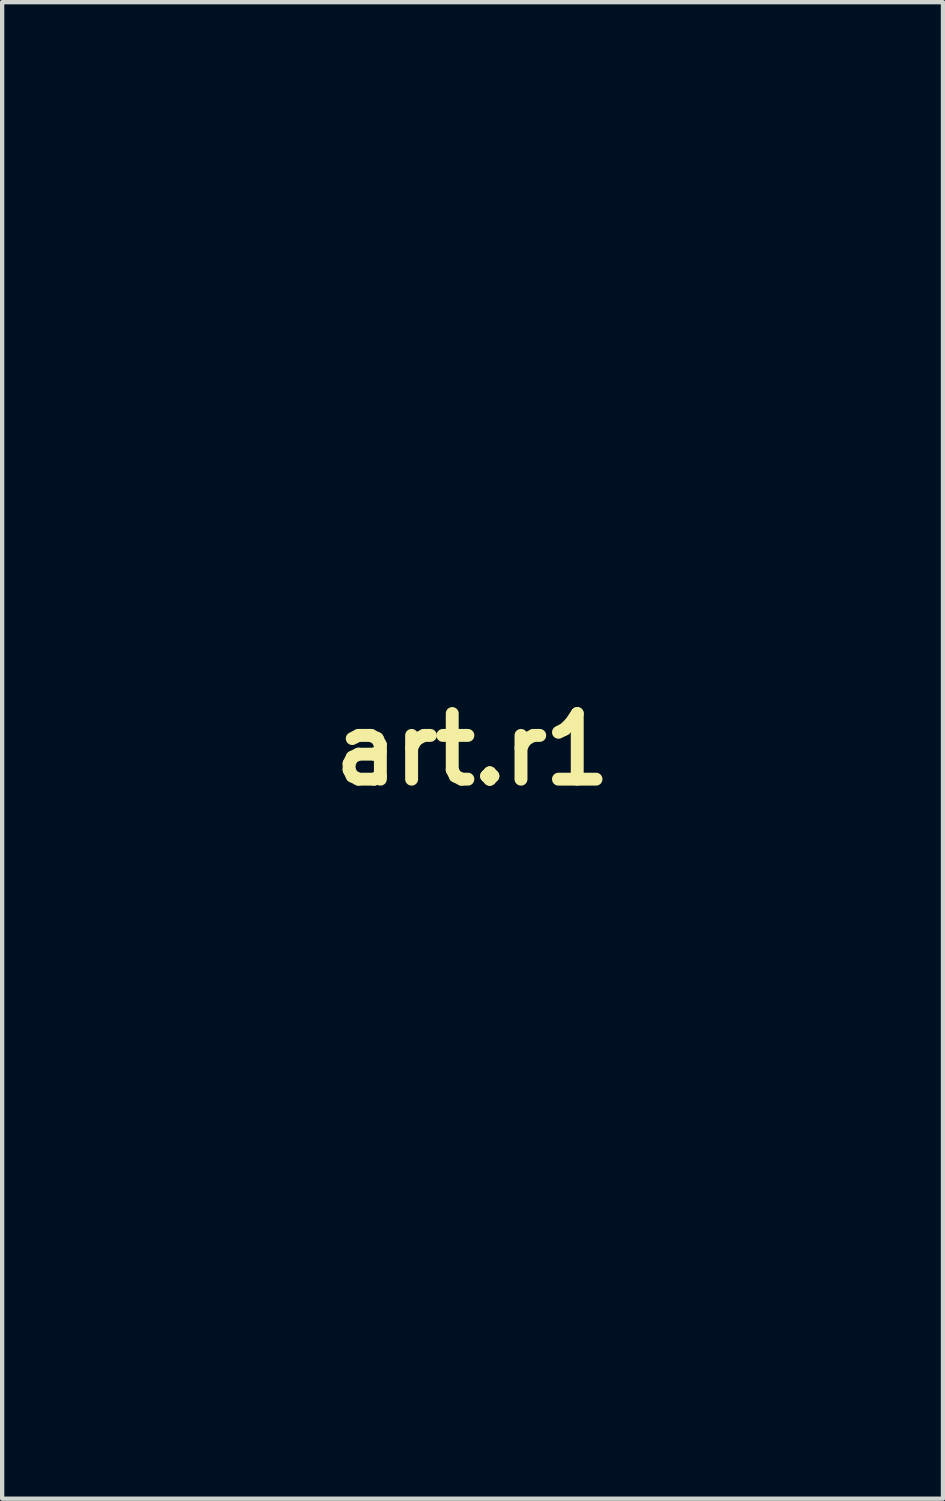
<source format=kicad_pcb>
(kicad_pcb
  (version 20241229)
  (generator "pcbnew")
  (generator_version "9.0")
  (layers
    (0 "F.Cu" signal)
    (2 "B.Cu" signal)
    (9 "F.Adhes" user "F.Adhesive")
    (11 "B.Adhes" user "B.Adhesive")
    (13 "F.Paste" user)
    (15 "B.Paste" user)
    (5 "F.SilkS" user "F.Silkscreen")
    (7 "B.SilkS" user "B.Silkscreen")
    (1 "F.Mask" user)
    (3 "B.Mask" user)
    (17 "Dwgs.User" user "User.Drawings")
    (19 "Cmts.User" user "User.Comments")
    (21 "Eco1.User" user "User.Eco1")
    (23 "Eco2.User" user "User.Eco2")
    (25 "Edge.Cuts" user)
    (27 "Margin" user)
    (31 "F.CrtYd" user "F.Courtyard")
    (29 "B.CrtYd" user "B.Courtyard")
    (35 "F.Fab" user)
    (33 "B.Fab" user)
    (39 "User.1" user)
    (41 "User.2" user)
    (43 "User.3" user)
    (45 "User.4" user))
  (footprint "art.r1"
    (layer "F.Cu")
    (at 7.924 14.355)
    (property "Reference" "art.r1" (at 0 0 0) (layer "F.SilkS") (effects (font (size 1.524 1.524) (thickness 0.3))))
    (attr through_hole)
    (fp_poly (pts (xy -7.186 13.033) (xy -7.009 13.3) (xy -6.847 13.545) (xy -6.708 13.758) (xy -6.597 13.931) (xy -6.519 14.055) (xy -6.48 14.121) (xy -6.477 14.129) (xy -6.511 14.16) (xy -6.596 14.216) (xy -6.707 14.28) (xy -6.819 14.341) (xy -6.909 14.383) (xy -6.945 14.393) (xy -6.974 14.36) (xy -7.043 14.267) (xy -7.145 14.125) (xy -7.271 13.944) (xy -7.415 13.735) (xy -7.443 13.693) (xy -7.919 12.993) (xy -7.907 12.481) (xy -7.895 11.969) (xy -7.186 13.033)) (stroke (width 0.01) (type solid)) (fill yes) (layer "F.Mask"))
    (fp_poly (pts (xy 7.907 12.487) (xy 7.919 12.999) (xy 7.447 13.696) (xy 7.302 13.909) (xy 7.172 14.095) (xy 7.065 14.245) (xy 6.989 14.347) (xy 6.951 14.39) (xy 6.949 14.391) (xy 6.899 14.372) (xy 6.799 14.325) (xy 6.71 14.28) (xy 6.591 14.218) (xy 6.508 14.173) (xy 6.482 14.157) (xy 6.5 14.119) (xy 6.56 14.02) (xy 6.656 13.867) (xy 6.782 13.67) (xy 6.932 13.437) (xy 7.103 13.177) (xy 7.18 13.059) (xy 7.895 11.976) (xy 7.907 12.487)) (stroke (width 0.01) (type solid)) (fill yes) (layer "F.Mask"))
    (fp_poly (pts (xy 2.698 12.051) (xy 2.77 12.156) (xy 2.876 12.313) (xy 3.011 12.514) (xy 3.168 12.749) (xy 3.341 13.01) (xy 3.399 13.097) (xy 4.098 14.15) (xy 3.845 14.28) (xy 3.696 14.349) (xy 3.597 14.376) (xy 3.564 14.367) (xy 3.532 14.32) (xy 3.46 14.214) (xy 3.357 14.062) (xy 3.231 13.876) (xy 3.094 13.674) (xy 2.654 13.024) (xy 2.563 13.138) (xy 2.508 13.213) (xy 2.417 13.342) (xy 2.301 13.513) (xy 2.169 13.708) (xy 2.093 13.822) (xy 1.963 14.014) (xy 1.847 14.178) (xy 1.753 14.303) (xy 1.691 14.376) (xy 1.672 14.39) (xy 1.614 14.372) (xy 1.507 14.324) (xy 1.418 14.28) (xy 1.3 14.219) (xy 1.218 14.174) (xy 1.193 14.159) (xy 1.212 14.123) (xy 1.273 14.024) (xy 1.37 13.872) (xy 1.497 13.676) (xy 1.65 13.444) (xy 1.822 13.185) (xy 1.906 13.059) (xy 2.086 12.792) (xy 2.252 12.55) (xy 2.398 12.343) (xy 2.518 12.179) (xy 2.607 12.065) (xy 2.657 12.01) (xy 2.666 12.007) (xy 2.698 12.051)) (stroke (width 0.01) (type solid)) (fill yes) (layer "F.Mask"))
    (fp_poly (pts (xy -2.604 12.014) (xy -2.537 12.108) (xy -2.438 12.252) (xy -2.314 12.436) (xy -2.171 12.648) (xy -2.016 12.879) (xy -1.857 13.117) (xy -1.701 13.353) (xy -1.553 13.576) (xy -1.423 13.776) (xy -1.315 13.942) (xy -1.238 14.063) (xy -1.199 14.13) (xy -1.195 14.136) (xy -1.223 14.168) (xy -1.306 14.219) (xy -1.417 14.277) (xy -1.534 14.331) (xy -1.632 14.368) (xy -1.685 14.377) (xy -1.687 14.376) (xy -1.719 14.337) (xy -1.79 14.238) (xy -1.892 14.092) (xy -2.018 13.909) (xy -2.159 13.701) (xy -2.16 13.7) (xy -2.301 13.493) (xy -2.425 13.313) (xy -2.526 13.17) (xy -2.596 13.076) (xy -2.627 13.04) (xy -2.627 13.04) (xy -2.657 13.073) (xy -2.727 13.166) (xy -2.828 13.307) (xy -2.954 13.487) (xy -3.096 13.694) (xy -3.111 13.716) (xy -3.256 13.925) (xy -3.387 14.108) (xy -3.496 14.253) (xy -3.575 14.35) (xy -3.615 14.388) (xy -3.617 14.388) (xy -3.677 14.366) (xy -3.783 14.315) (xy -3.863 14.272) (xy -3.971 14.202) (xy -4.036 14.141) (xy -4.046 14.112) (xy -4.016 14.058) (xy -3.947 13.947) (xy -3.846 13.79) (xy -3.721 13.596) (xy -3.578 13.378) (xy -3.424 13.144) (xy -3.266 12.906) (xy -3.111 12.675) (xy -2.967 12.46) (xy -2.84 12.273) (xy -2.737 12.124) (xy -2.665 12.023) (xy -2.632 11.981) (xy -2.631 11.981) (xy -2.604 12.014)) (stroke (width 0.01) (type solid)) (fill yes) (layer "F.Mask"))
    (fp_poly (pts (xy 5.694 -14.327) (xy 6.054 -14.269) (xy 6.287 -14.206) (xy 6.723 -14.023) (xy 7.117 -13.784) (xy 7.45 -13.501) (xy 7.452 -13.499) (xy 7.567 -13.385) (xy 7.659 -13.298) (xy 7.712 -13.253) (xy 7.718 -13.25) (xy 7.752 -13.282) (xy 7.81 -13.362) (xy 7.827 -13.388) (xy 7.915 -13.525) (xy 7.916 -12.506) (xy 6.964 -11.08) (xy 6.757 -10.769) (xy 6.565 -10.48) (xy 6.394 -10.22) (xy 6.249 -9.996) (xy 6.134 -9.817) (xy 6.054 -9.69) (xy 6.015 -9.622) (xy 6.011 -9.614) (xy 6.048 -9.58) (xy 6.14 -9.54) (xy 6.258 -9.502) (xy 6.373 -9.475) (xy 6.458 -9.466) (xy 6.482 -9.474) (xy 6.511 -9.515) (xy 6.582 -9.619) (xy 6.687 -9.774) (xy 6.82 -9.974) (xy 6.977 -10.208) (xy 7.15 -10.468) (xy 7.213 -10.562) (xy 7.916 -11.62) (xy 7.916 -10.569) (xy 7.446 -9.874) (xy 6.976 -9.179) (xy 7.076 -9.112) (xy 7.151 -9.052) (xy 7.266 -8.95) (xy 7.398 -8.825) (xy 7.442 -8.782) (xy 7.709 -8.519) (xy 7.812 -8.672) (xy 7.916 -8.825) (xy 7.916 -7.788) (xy 5.972 -4.873) (xy 6.456 -4.717) (xy 7.186 -5.818) (xy 7.916 -6.919) (xy 7.916 -5.856) (xy 7.445 -5.163) (xy 6.974 -4.469) (xy 7.117 -4.364) (xy 7.22 -4.279) (xy 7.353 -4.16) (xy 7.487 -4.03) (xy 7.488 -4.029) (xy 7.612 -3.911) (xy 7.692 -3.851) (xy 7.738 -3.845) (xy 7.75 -3.858) (xy 7.815 -3.966) (xy 7.86 -4.021) (xy 7.889 -4.016) (xy 7.905 -3.946) (xy 7.913 -3.804) (xy 7.915 -3.584) (xy 7.915 -3.577) (xy 7.916 -3.069) (xy 6.964 -1.641) (xy 6.757 -1.33) (xy 6.566 -1.04) (xy 6.395 -0.78) (xy 6.249 -0.557) (xy 6.134 -0.378) (xy 6.054 -0.252) (xy 6.015 -0.185) (xy 6.011 -0.177) (xy 6.049 -0.147) (xy 6.145 -0.107) (xy 6.243 -0.076) (xy 6.475 -0.012) (xy 7.185 -1.095) (xy 7.895 -2.178) (xy 7.907 -1.659) (xy 7.919 -1.14) (xy 7.442 -0.44) (xy 7.276 -0.193) (xy 7.154 -0.006) (xy 7.074 0.128) (xy 7.029 0.217) (xy 7.015 0.271) (xy 7.028 0.296) (xy 7.143 0.374) (xy 7.287 0.491) (xy 7.43 0.62) (xy 7.543 0.736) (xy 7.556 0.751) (xy 7.634 0.837) (xy 7.693 0.885) (xy 7.704 0.889) (xy 7.747 0.857) (xy 7.81 0.776) (xy 7.827 0.751) (xy 7.915 0.614) (xy 7.916 1.133) (xy 7.916 1.652) (xy 6.947 3.105) (xy 5.977 4.559) (xy 6.211 4.633) (xy 6.342 4.667) (xy 6.44 4.679) (xy 6.477 4.671) (xy 6.507 4.628) (xy 6.579 4.523) (xy 6.685 4.366) (xy 6.82 4.166) (xy 6.977 3.931) (xy 7.151 3.67) (xy 7.213 3.577) (xy 7.916 2.519) (xy 7.916 3.048) (xy 7.917 3.577) (xy 7.443 4.273) (xy 6.97 4.968) (xy 7.073 5.033) (xy 7.149 5.091) (xy 7.265 5.192) (xy 7.398 5.316) (xy 7.447 5.364) (xy 7.568 5.48) (xy 7.663 5.568) (xy 7.719 5.615) (xy 7.728 5.62) (xy 7.754 5.58) (xy 7.806 5.495) (xy 7.827 5.461) (xy 7.916 5.313) (xy 7.916 5.832) (xy 7.916 6.351) (xy 6.942 7.812) (xy 6.695 8.183) (xy 6.484 8.508) (xy 6.308 8.781) (xy 6.172 9) (xy 6.078 9.16) (xy 6.027 9.258) (xy 6.021 9.29) (xy 6.092 9.312) (xy 6.208 9.349) (xy 6.266 9.367) (xy 6.458 9.429) (xy 7.176 8.349) (xy 7.895 7.269) (xy 7.919 8.289) (xy 6.978 9.671) (xy 7.14 9.796) (xy 7.258 9.896) (xy 7.399 10.026) (xy 7.507 10.135) (xy 7.62 10.246) (xy 7.692 10.299) (xy 7.734 10.301) (xy 7.748 10.285) (xy 7.814 10.176) (xy 7.86 10.119) (xy 7.889 10.123) (xy 7.905 10.192) (xy 7.913 10.334) (xy 7.915 10.553) (xy 7.915 10.562) (xy 7.916 11.069) (xy 6.936 12.541) (xy 6.674 12.932) (xy 6.455 13.255) (xy 6.276 13.515) (xy 6.134 13.714) (xy 6.026 13.857) (xy 5.95 13.948) (xy 5.903 13.991) (xy 5.888 13.995) (xy 5.809 13.979) (xy 5.681 13.959) (xy 5.599 13.948) (xy 5.378 13.92) (xy 5.497 13.744) (xy 5.588 13.608) (xy 5.695 13.444) (xy 5.766 13.333) (xy 5.915 13.098) (xy 5.635 13.156) (xy 5.389 13.188) (xy 5.131 13.189) (xy 4.895 13.16) (xy 4.759 13.122) (xy 4.684 13.103) (xy 4.658 13.114) (xy 4.681 13.16) (xy 4.741 13.26) (xy 4.829 13.399) (xy 4.911 13.525) (xy 5.162 13.906) (xy 5.026 13.933) (xy 4.882 13.959) (xy 4.741 13.982) (xy 4.593 14.003) (xy 3.623 12.546) (xy 3.414 12.235) (xy 3.219 11.947) (xy 3.043 11.691) (xy 3.025 11.665) (xy 4.036 11.665) (xy 4.043 11.929) (xy 4.107 12.142) (xy 4.229 12.347) (xy 4.404 12.543) (xy 4.607 12.703) (xy 4.795 12.799) (xy 5.038 12.853) (xy 5.315 12.864) (xy 5.59 12.833) (xy 5.774 12.783) (xy 6.033 12.647) (xy 6.248 12.457) (xy 6.406 12.226) (xy 6.498 11.971) (xy 6.517 11.79) (xy 6.479 11.512) (xy 6.37 11.264) (xy 6.202 11.053) (xy 5.987 10.885) (xy 5.734 10.764) (xy 5.456 10.698) (xy 5.163 10.693) (xy 4.866 10.753) (xy 4.713 10.813) (xy 4.448 10.974) (xy 4.243 11.177) (xy 4.105 11.411) (xy 4.036 11.665) (xy 3.025 11.665) (xy 2.892 11.474) (xy 2.769 11.303) (xy 2.759 11.29) (xy 3.456 11.29) (xy 3.552 11.445) (xy 3.633 11.556) (xy 3.691 11.596) (xy 3.722 11.563) (xy 3.726 11.525) (xy 3.756 11.39) (xy 3.835 11.223) (xy 3.95 11.046) (xy 4.086 10.885) (xy 4.144 10.828) (xy 4.361 10.658) (xy 4.582 10.542) (xy 4.83 10.472) (xy 5.125 10.44) (xy 5.292 10.437) (xy 5.503 10.439) (xy 5.656 10.449) (xy 5.775 10.47) (xy 5.887 10.508) (xy 5.979 10.549) (xy 6.138 10.631) (xy 6.289 10.72) (xy 6.368 10.774) (xy 6.526 10.931) (xy 6.671 11.139) (xy 6.781 11.363) (xy 6.815 11.468) (xy 6.865 11.654) (xy 6.986 11.471) (xy 7.106 11.289) (xy 7.019 11.118) (xy 6.848 10.861) (xy 6.612 10.622) (xy 6.333 10.414) (xy 6.029 10.254) (xy 5.757 10.164) (xy 5.53 10.131) (xy 5.265 10.121) (xy 5 10.135) (xy 4.776 10.172) (xy 4.763 10.175) (xy 4.415 10.304) (xy 4.098 10.489) (xy 3.828 10.72) (xy 3.62 10.984) (xy 3.574 11.065) (xy 3.456 11.29) (xy 2.759 11.29) (xy 2.68 11.185) (xy 2.631 11.126) (xy 2.622 11.122) (xy 2.593 11.163) (xy 2.522 11.268) (xy 2.415 11.427) (xy 2.276 11.634) (xy 2.111 11.881) (xy 1.925 12.16) (xy 1.723 12.463) (xy 1.65 12.573) (xy 1.445 12.882) (xy 1.255 13.168) (xy 1.085 13.424) (xy 0.939 13.642) (xy 0.824 13.815) (xy 0.744 13.936) (xy 0.704 13.996) (xy 0.701 14.001) (xy 0.659 13.999) (xy 0.561 13.986) (xy 0.433 13.966) (xy 0.302 13.943) (xy 0.194 13.921) (xy 0.137 13.906) (xy 0.134 13.905) (xy 0.15 13.867) (xy 0.206 13.774) (xy 0.291 13.641) (xy 0.378 13.51) (xy 0.482 13.353) (xy 0.566 13.225) (xy 0.62 13.139) (xy 0.635 13.111) (xy 0.597 13.111) (xy 0.498 13.127) (xy 0.358 13.154) (xy 0.349 13.156) (xy 0.155 13.189) (xy -0.02 13.194) (xy -0.223 13.173) (xy -0.25 13.169) (xy -0.403 13.149) (xy -0.519 13.138) (xy -0.578 13.138) (xy -0.58 13.139) (xy -0.566 13.179) (xy -0.514 13.274) (xy -0.433 13.409) (xy -0.362 13.52) (xy -0.264 13.674) (xy -0.186 13.799) (xy -0.138 13.881) (xy -0.127 13.904) (xy -0.165 13.92) (xy -0.261 13.94) (xy -0.328 13.95) (xy -0.464 13.97) (xy -0.572 13.99) (xy -0.601 13.997) (xy -0.631 13.986) (xy -0.68 13.94) (xy -0.752 13.853) (xy -0.852 13.721) (xy -0.983 13.538) (xy -1.147 13.299) (xy -1.35 13.001) (xy -1.594 12.637) (xy -1.653 12.549) (xy -2.155 11.796) (xy -1.245 11.796) (xy -1.204 12.056) (xy -1.092 12.299) (xy -0.916 12.516) (xy -0.681 12.693) (xy -0.436 12.808) (xy -0.209 12.858) (xy 0.05 12.868) (xy 0.307 12.838) (xy 0.525 12.772) (xy 0.529 12.77) (xy 0.813 12.6) (xy 1.029 12.396) (xy 1.174 12.164) (xy 1.246 11.915) (xy 1.244 11.658) (xy 1.166 11.402) (xy 1.009 11.155) (xy 0.903 11.041) (xy 0.652 10.854) (xy 0.363 10.734) (xy 0.054 10.685) (xy -0.258 10.708) (xy -0.554 10.806) (xy -0.56 10.809) (xy -0.806 10.967) (xy -1.013 11.173) (xy -1.161 11.409) (xy -1.208 11.531) (xy -1.245 11.796) (xy -2.155 11.796) (xy -2.504 11.273) (xy -1.816 11.273) (xy -1.723 11.436) (xy -1.662 11.534) (xy -1.618 11.592) (xy -1.608 11.599) (xy -1.583 11.563) (xy -1.542 11.47) (xy -1.514 11.395) (xy -1.365 11.091) (xy -1.152 10.84) (xy -0.874 10.64) (xy -0.547 10.497) (xy -0.248 10.432) (xy 0.085 10.421) (xy 0.422 10.462) (xy 0.698 10.542) (xy 0.961 10.68) (xy 1.195 10.874) (xy 1.381 11.106) (xy 1.503 11.355) (xy 1.511 11.382) (xy 1.553 11.521) (xy 1.582 11.59) (xy 1.609 11.601) (xy 1.644 11.567) (xy 1.66 11.546) (xy 1.735 11.437) (xy 1.782 11.359) (xy 1.805 11.291) (xy 1.792 11.214) (xy 1.736 11.103) (xy 1.721 11.077) (xy 1.557 10.831) (xy 1.379 10.639) (xy 1.157 10.469) (xy 1.126 10.448) (xy 0.772 10.266) (xy 0.401 10.156) (xy 0.023 10.117) (xy -0.351 10.146) (xy -0.711 10.24) (xy -1.045 10.398) (xy -1.342 10.616) (xy -1.593 10.892) (xy -1.728 11.108) (xy -1.816 11.273) (xy -2.504 11.273) (xy -2.632 11.081) (xy -3.602 12.536) (xy -4.573 13.991) (xy -4.731 13.978) (xy -4.88 13.96) (xy -5.02 13.936) (xy -5.023 13.935) (xy -5.157 13.906) (xy -4.908 13.525) (xy -4.806 13.367) (xy -4.724 13.235) (xy -4.671 13.145) (xy -4.657 13.114) (xy -4.69 13.106) (xy -4.771 13.13) (xy -4.773 13.131) (xy -4.868 13.153) (xy -5.02 13.169) (xy -5.202 13.178) (xy -5.271 13.179) (xy -5.456 13.173) (xy -5.623 13.159) (xy -5.742 13.139) (xy -5.768 13.131) (xy -5.849 13.106) (xy -5.884 13.113) (xy -5.884 13.114) (xy -5.862 13.16) (xy -5.802 13.26) (xy -5.714 13.398) (xy -5.63 13.525) (xy -5.377 13.906) (xy -5.514 13.933) (xy -5.657 13.959) (xy -5.806 13.983) (xy -5.96 14.006) (xy -6.938 12.537) (xy -7.378 11.878) (xy -6.512 11.878) (xy -6.473 12.083) (xy -6.402 12.229) (xy -6.277 12.393) (xy -6.119 12.554) (xy -5.948 12.692) (xy -5.784 12.785) (xy -5.757 12.796) (xy -5.535 12.846) (xy -5.274 12.863) (xy -5.016 12.847) (xy -4.813 12.802) (xy -4.632 12.713) (xy -4.442 12.574) (xy -4.269 12.409) (xy -4.138 12.24) (xy -4.101 12.172) (xy -4.035 11.929) (xy -4.037 11.668) (xy -4.104 11.411) (xy -4.23 11.179) (xy -4.374 11.022) (xy -4.641 10.845) (xy -4.931 10.736) (xy -5.231 10.694) (xy -5.529 10.716) (xy -5.811 10.8) (xy -6.064 10.944) (xy -6.276 11.146) (xy -6.41 11.355) (xy -6.501 11.613) (xy -6.512 11.878) (xy -7.378 11.878) (xy -7.789 11.259) (xy -7.07 11.259) (xy -7.048 11.332) (xy -6.997 11.431) (xy -6.933 11.526) (xy -6.876 11.589) (xy -6.855 11.599) (xy -6.823 11.564) (xy -6.816 11.513) (xy -6.78 11.349) (xy -6.68 11.163) (xy -6.531 10.973) (xy -6.346 10.792) (xy -6.138 10.637) (xy -5.976 10.548) (xy -5.859 10.497) (xy -5.751 10.464) (xy -5.63 10.445) (xy -5.47 10.437) (xy -5.271 10.435) (xy -5.055 10.437) (xy -4.901 10.446) (xy -4.782 10.466) (xy -4.674 10.5) (xy -4.558 10.551) (xy -4.238 10.738) (xy -3.991 10.966) (xy -3.816 11.238) (xy -3.756 11.388) (xy -3.712 11.499) (xy -3.675 11.568) (xy -3.662 11.578) (xy -3.624 11.545) (xy -3.566 11.461) (xy -3.541 11.421) (xy -3.45 11.263) (xy -3.552 11.07) (xy -3.675 10.89) (xy -3.851 10.699) (xy -4.056 10.519) (xy -4.267 10.372) (xy -4.374 10.314) (xy -4.755 10.177) (xy -5.148 10.118) (xy -5.542 10.133) (xy -5.924 10.221) (xy -6.281 10.38) (xy -6.6 10.609) (xy -6.606 10.615) (xy -6.73 10.739) (xy -6.852 10.885) (xy -6.959 11.032) (xy -7.036 11.161) (xy -7.069 11.252) (xy -7.07 11.259) (xy -7.789 11.259) (xy -7.916 11.069) (xy -7.915 10.673) (xy -7.487 10.673) (xy -7.401 10.819) (xy -7.341 10.911) (xy -7.295 10.961) (xy -7.287 10.964) (xy -7.251 10.931) (xy -7.196 10.847) (xy -7.177 10.813) (xy -7.105 10.709) (xy -6.992 10.577) (xy -6.861 10.445) (xy -6.849 10.434) (xy -6.519 10.184) (xy -6.146 10) (xy -5.744 9.885) (xy -5.325 9.84) (xy -4.9 9.865) (xy -4.482 9.963) (xy -4.098 10.126) (xy -3.941 10.23) (xy -3.758 10.381) (xy -3.572 10.56) (xy -3.405 10.743) (xy -3.3 10.88) (xy -3.234 10.977) (xy -3.144 10.835) (xy -3.088 10.738) (xy -3.078 10.672) (xy -2.186 10.672) (xy -2.176 10.741) (xy -2.118 10.835) (xy -2.114 10.841) (xy -2.049 10.925) (xy -2.01 10.947) (xy -1.978 10.913) (xy -1.971 10.902) (xy -1.922 10.829) (xy -1.839 10.716) (xy -1.764 10.617) (xy -1.521 10.368) (xy -1.217 10.161) (xy -0.867 10) (xy -0.489 9.892) (xy -0.097 9.843) (xy 0.292 9.857) (xy 0.313 9.86) (xy 0.761 9.959) (xy 1.16 10.124) (xy 1.505 10.353) (xy 1.795 10.644) (xy 1.916 10.808) (xy 2.022 10.97) (xy 2.115 10.84) (xy 2.167 10.75) (xy 2.179 10.675) (xy 3.052 10.675) (xy 3.145 10.819) (xy 3.209 10.91) (xy 3.253 10.96) (xy 3.261 10.964) (xy 3.293 10.931) (xy 3.345 10.847) (xy 3.364 10.813) (xy 3.475 10.656) (xy 3.641 10.484) (xy 3.838 10.315) (xy 4.045 10.169) (xy 4.202 10.082) (xy 4.524 9.954) (xy 4.841 9.878) (xy 5.188 9.849) (xy 5.313 9.848) (xy 5.766 9.888) (xy 6.18 10.002) (xy 6.552 10.187) (xy 6.878 10.442) (xy 7.116 10.711) (xy 7.205 10.829) (xy 7.271 10.917) (xy 7.302 10.956) (xy 7.302 10.956) (xy 7.329 10.932) (xy 7.383 10.856) (xy 7.407 10.819) (xy 7.499 10.669) (xy 7.413 10.548) (xy 7.342 10.463) (xy 7.23 10.343) (xy 7.095 10.21) (xy 7.051 10.168) (xy 6.701 9.896) (xy 6.315 9.694) (xy 5.904 9.561) (xy 5.478 9.496) (xy 5.048 9.499) (xy 4.623 9.569) (xy 4.214 9.704) (xy 3.832 9.904) (xy 3.487 10.168) (xy 3.196 10.486) (xy 3.052 10.675) (xy 2.179 10.675) (xy 2.181 10.665) (xy 2.15 10.573) (xy 2.068 10.459) (xy 1.93 10.309) (xy 1.865 10.244) (xy 1.523 9.959) (xy 1.142 9.741) (xy 0.976 9.68) (xy 1.698 9.68) (xy 1.897 9.829) (xy 2.042 9.949) (xy 2.185 10.086) (xy 2.244 10.15) (xy 2.331 10.247) (xy 2.398 10.311) (xy 2.421 10.326) (xy 2.461 10.297) (xy 2.526 10.221) (xy 2.544 10.196) (xy 2.639 10.063) (xy 2.713 10.154) (xy 2.775 10.241) (xy 2.806 10.298) (xy 2.843 10.295) (xy 2.927 10.238) (xy 3.05 10.133) (xy 3.116 10.072) (xy 3.254 9.944) (xy 3.379 9.835) (xy 3.472 9.762) (xy 3.5 9.743) (xy 3.53 9.724) (xy 3.544 9.698) (xy 3.537 9.655) (xy 3.505 9.585) (xy 3.441 9.48) (xy 3.342 9.328) (xy 3.203 9.121) (xy 3.125 9.006) (xy 2.981 8.795) (xy 2.854 8.608) (xy 2.752 8.458) (xy 2.681 8.355) (xy 2.649 8.309) (xy 2.648 8.308) (xy 2.623 8.338) (xy 2.557 8.428) (xy 2.459 8.567) (xy 2.335 8.746) (xy 2.194 8.953) (xy 2.169 8.989) (xy 1.698 9.68) (xy 0.976 9.68) (xy 0.732 9.591) (xy 0.305 9.508) (xy -0.129 9.493) (xy -0.559 9.546) (xy -0.974 9.667) (xy -1.365 9.856) (xy -1.719 10.112) (xy -1.829 10.215) (xy -1.958 10.348) (xy -2.068 10.474) (xy -2.141 10.569) (xy -2.154 10.591) (xy -2.186 10.672) (xy -3.078 10.672) (xy -3.078 10.672) (xy -3.11 10.597) (xy -3.125 10.57) (xy -3.188 10.486) (xy -3.295 10.366) (xy -3.426 10.232) (xy -3.48 10.18) (xy -3.831 9.904) (xy -4.227 9.696) (xy -4.314 9.667) (xy -3.567 9.667) (xy -3.403 9.795) (xy -3.282 9.898) (xy -3.141 10.03) (xy -3.048 10.125) (xy -2.948 10.229) (xy -2.871 10.302) (xy -2.835 10.329) (xy -2.801 10.297) (xy -2.746 10.217) (xy -2.737 10.202) (xy -2.672 10.114) (xy -2.615 10.074) (xy -2.583 10.092) (xy -2.581 10.107) (xy -2.557 10.16) (xy -2.503 10.239) (xy -2.426 10.34) (xy -2.176 10.088) (xy -2.044 9.959) (xy -1.919 9.844) (xy -1.824 9.765) (xy -1.81 9.755) (xy -1.694 9.673) (xy -2.632 8.294) (xy -3.1 8.981) (xy -3.567 9.667) (xy -4.314 9.667) (xy -4.655 9.557) (xy -5.104 9.492) (xy -5.562 9.502) (xy -5.855 9.55) (xy -6.251 9.674) (xy -6.631 9.861) (xy -6.975 10.1) (xy -7.264 10.379) (xy -7.37 10.512) (xy -7.487 10.673) (xy -7.915 10.673) (xy -7.915 10.562) (xy -7.913 10.34) (xy -7.907 10.197) (xy -7.891 10.125) (xy -7.863 10.119) (xy -7.818 10.171) (xy -7.752 10.276) (xy -7.745 10.287) (xy -7.714 10.312) (xy -7.663 10.29) (xy -7.579 10.215) (xy -7.526 10.16) (xy -7.388 10.023) (xy -7.236 9.885) (xy -7.157 9.818) (xy -6.97 9.667) (xy -7.443 8.974) (xy -7.916 8.281) (xy -7.916 7.75) (xy -7.915 7.218) (xy -7.215 8.276) (xy -7.037 8.544) (xy -6.874 8.789) (xy -6.73 9.003) (xy -6.613 9.176) (xy -6.529 9.3) (xy -6.483 9.365) (xy -6.477 9.372) (xy -6.421 9.381) (xy -6.315 9.37) (xy -6.187 9.345) (xy -6.067 9.311) (xy -6.016 9.289) (xy -4.52 9.289) (xy -4.445 9.313) (xy -4.334 9.348) (xy -4.322 9.352) (xy -4.209 9.383) (xy -4.125 9.398) (xy -4.119 9.398) (xy -4.082 9.364) (xy -4.006 9.267) (xy -3.895 9.117) (xy -3.757 8.921) (xy -3.598 8.688) (xy -3.423 8.428) (xy -3.347 8.313) (xy -2.633 7.227) (xy -1.184 9.429) (xy -0.951 9.36) (xy -0.827 9.316) (xy -0.747 9.271) (xy -0.736 9.253) (xy 0.734 9.253) (xy 0.745 9.305) (xy 0.789 9.316) (xy 0.864 9.33) (xy 0.977 9.362) (xy 1.09 9.399) (xy 1.165 9.431) (xy 1.171 9.435) (xy 1.195 9.403) (xy 1.26 9.308) (xy 1.361 9.159) (xy 1.491 8.965) (xy 1.645 8.734) (xy 1.818 8.474) (xy 1.907 8.338) (xy 2.637 7.236) (xy 3.334 8.285) (xy 3.512 8.552) (xy 3.675 8.796) (xy 3.817 9.008) (xy 3.934 9.18) (xy 4.017 9.302) (xy 4.062 9.366) (xy 4.067 9.372) (xy 4.121 9.381) (xy 4.226 9.37) (xy 4.353 9.345) (xy 4.472 9.312) (xy 4.539 9.284) (xy 4.522 9.247) (xy 4.463 9.15) (xy 4.369 9) (xy 4.247 8.806) (xy 4.101 8.579) (xy 3.985 8.4) (xy 4.667 8.4) (xy 4.682 8.439) (xy 4.737 8.534) (xy 4.821 8.671) (xy 4.918 8.821) (xy 5.05 9.014) (xy 5.149 9.14) (xy 5.223 9.208) (xy 5.275 9.228) (xy 5.331 9.207) (xy 5.404 9.14) (xy 5.501 9.016) (xy 5.63 8.826) (xy 5.631 8.826) (xy 5.734 8.665) (xy 5.816 8.53) (xy 5.866 8.438) (xy 5.877 8.403) (xy 5.828 8.401) (xy 5.731 8.42) (xy 5.712 8.425) (xy 5.594 8.447) (xy 5.429 8.462) (xy 5.271 8.467) (xy 5.096 8.461) (xy 4.933 8.445) (xy 4.829 8.425) (xy 4.729 8.402) (xy 4.671 8.398) (xy 4.667 8.4) (xy 3.985 8.4) (xy 3.937 8.327) (xy 3.763 8.058) (xy 3.583 7.783) (xy 3.403 7.51) (xy 3.23 7.248) (xy 3.08 7.022) (xy 4.034 7.022) (xy 4.057 7.275) (xy 4.146 7.519) (xy 4.3 7.741) (xy 4.514 7.93) (xy 4.786 8.075) (xy 4.835 8.093) (xy 5.099 8.15) (xy 5.389 8.153) (xy 5.671 8.103) (xy 5.806 8.054) (xy 6.072 7.899) (xy 6.284 7.696) (xy 6.433 7.46) (xy 6.51 7.201) (xy 6.519 7.076) (xy 6.495 6.839) (xy 6.416 6.631) (xy 6.269 6.427) (xy 6.24 6.394) (xy 6 6.187) (xy 5.723 6.049) (xy 5.424 5.981) (xy 5.117 5.983) (xy 4.814 6.056) (xy 4.531 6.2) (xy 4.392 6.307) (xy 4.199 6.526) (xy 4.08 6.768) (xy 4.034 7.022) (xy 3.08 7.022) (xy 3.07 7.006) (xy 2.928 6.794) (xy 2.81 6.621) (xy 2.752 6.537) (xy 3.479 6.537) (xy 3.494 6.625) (xy 3.554 6.733) (xy 3.567 6.752) (xy 3.648 6.863) (xy 3.7 6.895) (xy 3.724 6.849) (xy 3.725 6.815) (xy 3.753 6.686) (xy 3.826 6.522) (xy 3.93 6.349) (xy 4.051 6.194) (xy 4.086 6.156) (xy 4.35 5.95) (xy 4.657 5.805) (xy 4.991 5.723) (xy 5.339 5.703) (xy 5.684 5.745) (xy 6.013 5.85) (xy 6.309 6.019) (xy 6.424 6.113) (xy 6.572 6.283) (xy 6.714 6.514) (xy 6.835 6.78) (xy 6.846 6.81) (xy 6.871 6.867) (xy 6.897 6.872) (xy 6.942 6.82) (xy 6.992 6.745) (xy 7.101 6.579) (xy 6.996 6.371) (xy 6.806 6.088) (xy 6.553 5.844) (xy 6.25 5.646) (xy 5.912 5.5) (xy 5.552 5.414) (xy 5.186 5.395) (xy 4.996 5.414) (xy 4.606 5.514) (xy 4.245 5.684) (xy 3.927 5.916) (xy 3.664 6.2) (xy 3.592 6.305) (xy 3.511 6.441) (xy 3.479 6.537) (xy 2.752 6.537) (xy 2.722 6.495) (xy 2.671 6.425) (xy 2.665 6.419) (xy 2.637 6.447) (xy 2.569 6.536) (xy 2.465 6.678) (xy 2.333 6.864) (xy 2.179 7.084) (xy 2.008 7.331) (xy 1.827 7.594) (xy 1.642 7.866) (xy 1.458 8.137) (xy 1.283 8.398) (xy 1.121 8.64) (xy 0.98 8.855) (xy 0.865 9.033) (xy 0.782 9.166) (xy 0.738 9.244) (xy 0.734 9.253) (xy -0.736 9.253) (xy -0.729 9.244) (xy -0.755 9.197) (xy -0.821 9.091) (xy -0.922 8.934) (xy -1.052 8.735) (xy -1.203 8.503) (xy -1.278 8.389) (xy -0.613 8.389) (xy -0.596 8.428) (xy -0.541 8.523) (xy -0.457 8.659) (xy -0.356 8.816) (xy -0.222 9.014) (xy -0.12 9.144) (xy -0.046 9.213) (xy -0.002 9.229) (xy 0.057 9.202) (xy 0.14 9.118) (xy 0.253 8.971) (xy 0.358 8.818) (xy 0.464 8.657) (xy 0.549 8.523) (xy 0.604 8.431) (xy 0.62 8.396) (xy 0.576 8.398) (xy 0.483 8.42) (xy 0.463 8.425) (xy 0.306 8.452) (xy 0.1 8.464) (xy -0.12 8.461) (xy -0.321 8.444) (xy -0.438 8.421) (xy -0.543 8.396) (xy -0.606 8.388) (xy -0.613 8.389) (xy -1.278 8.389) (xy -1.372 8.248) (xy -1.551 7.978) (xy -1.733 7.704) (xy -1.915 7.433) (xy -2.088 7.175) (xy -2.137 7.102) (xy -1.241 7.102) (xy -1.212 7.326) (xy -1.166 7.451) (xy -0.99 7.71) (xy -0.759 7.916) (xy -0.487 8.065) (xy -0.19 8.148) (xy 0.118 8.161) (xy 0.411 8.102) (xy 0.701 7.968) (xy 0.933 7.789) (xy 1.104 7.575) (xy 1.211 7.337) (xy 1.25 7.086) (xy 1.22 6.831) (xy 1.116 6.584) (xy 0.936 6.354) (xy 0.929 6.348) (xy 0.675 6.153) (xy 0.393 6.03) (xy 0.097 5.975) (xy -0.201 5.987) (xy -0.488 6.063) (xy -0.75 6.203) (xy -0.976 6.403) (xy -1.15 6.659) (xy -1.22 6.868) (xy -1.241 7.102) (xy -2.137 7.102) (xy -2.247 6.939) (xy -2.387 6.734) (xy -2.5 6.569) (xy -2.506 6.561) (xy -1.822 6.561) (xy -1.594 6.921) (xy -1.513 6.677) (xy -1.378 6.402) (xy -1.226 6.208) (xy -0.97 5.984) (xy -0.68 5.826) (xy -0.368 5.73) (xy -0.044 5.695) (xy 0.28 5.718) (xy 0.593 5.797) (xy 0.883 5.931) (xy 1.139 6.116) (xy 1.35 6.35) (xy 1.505 6.632) (xy 1.546 6.75) (xy 1.596 6.918) (xy 1.828 6.567) (xy 1.712 6.352) (xy 1.511 6.068) (xy 1.245 5.821) (xy 0.929 5.621) (xy 0.577 5.479) (xy 0.314 5.418) (xy -0.067 5.396) (xy -0.445 5.447) (xy -0.805 5.564) (xy -1.135 5.742) (xy -1.422 5.973) (xy -1.653 6.253) (xy -1.741 6.403) (xy -1.822 6.561) (xy -2.506 6.561) (xy -2.581 6.454) (xy -2.624 6.398) (xy -2.628 6.393) (xy -2.661 6.427) (xy -2.732 6.522) (xy -2.837 6.669) (xy -2.968 6.861) (xy -3.12 7.087) (xy -3.288 7.338) (xy -3.465 7.606) (xy -3.646 7.882) (xy -3.824 8.157) (xy -3.995 8.421) (xy -4.151 8.666) (xy -4.287 8.883) (xy -4.397 9.062) (xy -4.475 9.195) (xy -4.516 9.273) (xy -4.52 9.289) (xy -6.016 9.289) (xy -6.002 9.284) (xy -6.018 9.246) (xy -6.076 9.146) (xy -6.173 8.99) (xy -6.302 8.786) (xy -6.46 8.542) (xy -6.554 8.399) (xy -5.873 8.399) (xy -5.857 8.438) (xy -5.803 8.533) (xy -5.72 8.67) (xy -5.623 8.821) (xy -5.486 9.026) (xy -5.381 9.158) (xy -5.293 9.217) (xy -5.21 9.205) (xy -5.119 9.121) (xy -5.007 8.964) (xy -4.914 8.821) (xy -4.812 8.659) (xy -4.732 8.525) (xy -4.681 8.433) (xy -4.668 8.399) (xy -4.715 8.399) (xy -4.809 8.42) (xy -4.829 8.425) (xy -4.947 8.447) (xy -5.112 8.462) (xy -5.271 8.467) (xy -5.445 8.461) (xy -5.608 8.445) (xy -5.712 8.425) (xy -5.812 8.401) (xy -5.87 8.397) (xy -5.873 8.399) (xy -6.554 8.399) (xy -6.642 8.264) (xy -6.842 7.961) (xy -6.944 7.809) (xy -7.492 6.987) (xy -6.506 6.987) (xy -6.495 7.24) (xy -6.418 7.484) (xy -6.275 7.709) (xy -6.068 7.905) (xy -5.797 8.06) (xy -5.659 8.112) (xy -5.453 8.15) (xy -5.208 8.153) (xy -4.961 8.122) (xy -4.749 8.06) (xy -4.739 8.056) (xy -4.482 7.905) (xy -4.275 7.707) (xy -4.126 7.477) (xy -4.04 7.227) (xy -4.024 6.97) (xy -4.084 6.719) (xy -4.086 6.714) (xy -4.206 6.511) (xy -4.384 6.314) (xy -4.595 6.15) (xy -4.675 6.104) (xy -4.794 6.047) (xy -4.905 6.013) (xy -5.037 5.996) (xy -5.218 5.991) (xy -5.271 5.991) (xy -5.467 5.994) (xy -5.608 6.008) (xy -5.72 6.037) (xy -5.834 6.088) (xy -5.863 6.103) (xy -6.129 6.284) (xy -6.324 6.498) (xy -6.45 6.736) (xy -6.506 6.987) (xy -7.492 6.987) (xy -7.786 6.546) (xy -7.07 6.546) (xy -7.05 6.615) (xy -7.002 6.706) (xy -6.942 6.795) (xy -6.887 6.856) (xy -6.855 6.866) (xy -6.829 6.81) (xy -6.793 6.705) (xy -6.779 6.659) (xy -6.721 6.515) (xy -6.633 6.361) (xy -6.592 6.303) (xy -6.366 6.069) (xy -6.099 5.894) (xy -5.802 5.776) (xy -5.486 5.714) (xy -5.165 5.705) (xy -4.848 5.75) (xy -4.548 5.846) (xy -4.276 5.991) (xy -4.044 6.186) (xy -3.864 6.428) (xy -3.772 6.634) (xy -3.726 6.755) (xy -3.686 6.838) (xy -3.67 6.858) (xy -3.631 6.838) (xy -3.572 6.763) (xy -3.546 6.722) (xy -3.494 6.624) (xy -3.479 6.553) (xy -3.5 6.472) (xy -3.538 6.385) (xy -3.66 6.186) (xy -3.843 5.983) (xy -4.064 5.795) (xy -4.303 5.641) (xy -4.367 5.609) (xy -4.767 5.461) (xy -5.169 5.397) (xy -5.569 5.416) (xy -5.962 5.518) (xy -6.341 5.702) (xy -6.522 5.823) (xy -6.635 5.922) (xy -6.758 6.056) (xy -6.878 6.205) (xy -6.98 6.351) (xy -7.048 6.473) (xy -7.07 6.546) (xy -7.786 6.546) (xy -7.916 6.351) (xy -7.916 5.946) (xy -7.488 5.946) (xy -7.396 6.109) (xy -7.304 6.273) (xy -7.24 6.176) (xy -7.177 6.088) (xy -7.086 5.966) (xy -7.022 5.883) (xy -6.9 5.751) (xy -6.743 5.614) (xy -6.624 5.525) (xy -6.261 5.329) (xy -5.872 5.2) (xy -5.471 5.136) (xy -5.066 5.136) (xy -4.671 5.197) (xy -4.297 5.318) (xy -3.954 5.497) (xy -3.654 5.732) (xy -3.409 6.022) (xy -3.401 6.034) (xy -3.247 6.266) (xy -3.144 6.115) (xy -3.045 5.969) (xy -2.208 5.969) (xy -2.115 6.12) (xy -2.022 6.27) (xy -1.882 6.063) (xy -1.768 5.914) (xy -1.625 5.758) (xy -1.538 5.675) (xy -1.214 5.439) (xy -0.853 5.272) (xy -0.446 5.17) (xy -0.127 5.136) (xy 0.312 5.148) (xy 0.728 5.231) (xy 1.111 5.382) (xy 1.452 5.595) (xy 1.741 5.866) (xy 1.909 6.09) (xy 2.027 6.275) (xy 2.114 6.132) (xy 2.171 6.026) (xy 2.2 5.944) (xy 3.051 5.944) (xy 3.132 6.072) (xy 3.195 6.161) (xy 3.245 6.21) (xy 3.25 6.213) (xy 3.291 6.187) (xy 3.358 6.107) (xy 3.421 6.018) (xy 3.537 5.866) (xy 3.679 5.714) (xy 3.746 5.654) (xy 4.086 5.425) (xy 4.457 5.261) (xy 4.848 5.162) (xy 5.248 5.126) (xy 5.647 5.152) (xy 6.032 5.238) (xy 6.394 5.383) (xy 6.72 5.586) (xy 7 5.846) (xy 7.162 6.059) (xy 7.295 6.265) (xy 7.398 6.114) (xy 7.5 5.963) (xy 7.382 5.792) (xy 7.158 5.532) (xy 6.87 5.291) (xy 6.537 5.084) (xy 6.178 4.923) (xy 5.942 4.85) (xy 5.701 4.809) (xy 5.412 4.789) (xy 5.107 4.79) (xy 4.82 4.813) (xy 4.625 4.847) (xy 4.21 4.987) (xy 3.818 5.201) (xy 3.463 5.481) (xy 3.229 5.728) (xy 3.051 5.944) (xy 2.2 5.944) (xy 2.2 5.944) (xy 2.201 5.932) (xy 2.173 5.88) (xy 2.096 5.784) (xy 1.982 5.659) (xy 1.873 5.547) (xy 1.52 5.244) (xy 1.144 5.02) (xy 0.988 4.964) (xy 1.699 4.964) (xy 1.94 5.146) (xy 2.082 5.263) (xy 2.215 5.388) (xy 2.298 5.479) (xy 2.372 5.57) (xy 2.423 5.624) (xy 2.433 5.63) (xy 2.462 5.598) (xy 2.518 5.517) (xy 2.542 5.48) (xy 2.635 5.329) (xy 2.738 5.481) (xy 2.841 5.633) (xy 3.061 5.406) (xy 3.194 5.275) (xy 3.327 5.152) (xy 3.428 5.068) (xy 3.575 4.957) (xy 3.114 4.277) (xy 2.97 4.069) (xy 2.841 3.89) (xy 2.735 3.75) (xy 2.659 3.66) (xy 2.621 3.628) (xy 2.619 3.629) (xy 2.586 3.673) (xy 2.513 3.775) (xy 2.409 3.925) (xy 2.282 4.109) (xy 2.143 4.313) (xy 1.699 4.964) (xy 0.988 4.964) (xy 0.737 4.872) (xy 0.291 4.796) (xy 0 4.784) (xy -0.379 4.803) (xy -0.716 4.867) (xy -1.047 4.983) (xy -1.207 5.057) (xy -1.419 5.179) (xy -1.64 5.338) (xy -1.847 5.515) (xy -2.019 5.691) (xy -2.117 5.822) (xy -2.208 5.969) (xy -3.045 5.969) (xy -3.042 5.964) (xy -3.217 5.731) (xy -3.484 5.443) (xy -3.814 5.194) (xy -4.192 4.993) (xy -4.271 4.966) (xy -3.569 4.966) (xy -3.446 5.051) (xy -3.356 5.124) (xy -3.234 5.236) (xy -3.104 5.365) (xy -3.09 5.38) (xy -2.98 5.493) (xy -2.896 5.58) (xy -2.852 5.624) (xy -2.848 5.626) (xy -2.822 5.597) (xy -2.765 5.52) (xy -2.736 5.477) (xy -2.632 5.325) (xy -2.533 5.475) (xy -2.435 5.625) (xy -2.159 5.361) (xy -2.024 5.233) (xy -1.9 5.123) (xy -1.809 5.047) (xy -1.788 5.031) (xy -1.692 4.965) (xy -2.119 4.335) (xy -2.259 4.128) (xy -2.387 3.944) (xy -2.492 3.794) (xy -2.566 3.692) (xy -2.598 3.65) (xy -2.625 3.644) (xy -2.669 3.674) (xy -2.734 3.746) (xy -2.827 3.869) (xy -2.953 4.05) (xy -3.11 4.281) (xy -3.569 4.966) (xy -4.271 4.966) (xy -4.602 4.85) (xy -4.606 4.849) (xy -4.84 4.808) (xy -5.124 4.789) (xy -5.425 4.79) (xy -5.711 4.812) (xy -5.919 4.848) (xy -6.312 4.978) (xy -6.686 5.172) (xy -7.022 5.419) (xy -7.299 5.704) (xy -7.314 5.723) (xy -7.488 5.946) (xy -7.916 5.946) (xy -7.916 5.314) (xy -7.81 5.47) (xy -7.704 5.627) (xy -7.461 5.382) (xy -7.328 5.253) (xy -7.2 5.137) (xy -7.103 5.057) (xy -7.092 5.049) (xy -6.967 4.962) (xy -7.443 4.261) (xy -7.919 3.559) (xy -7.895 2.522) (xy -7.182 3.611) (xy -7.003 3.881) (xy -6.838 4.126) (xy -6.692 4.338) (xy -6.571 4.508) (xy -6.481 4.628) (xy -6.429 4.69) (xy -6.42 4.696) (xy -6.354 4.681) (xy -6.24 4.646) (xy -6.17 4.622) (xy -5.969 4.551) (xy -5.969 4.551) (xy -4.572 4.551) (xy -4.371 4.622) (xy -4.245 4.663) (xy -4.15 4.69) (xy -4.123 4.696) (xy -4.088 4.663) (xy -4.014 4.567) (xy -3.906 4.418) (xy -3.77 4.224) (xy -3.613 3.994) (xy -3.441 3.736) (xy -3.385 3.651) (xy -3.209 3.385) (xy -3.047 3.141) (xy -2.907 2.929) (xy -2.792 2.758) (xy -2.71 2.636) (xy -2.667 2.573) (xy -2.663 2.567) (xy -2.633 2.592) (xy -2.562 2.679) (xy -2.457 2.821) (xy -2.322 3.009) (xy -2.165 3.235) (xy -1.991 3.491) (xy -1.906 3.618) (xy -1.688 3.943) (xy -1.511 4.201) (xy -1.372 4.398) (xy -1.266 4.539) (xy -1.19 4.629) (xy -1.139 4.674) (xy -1.114 4.681) (xy -1.033 4.655) (xy -0.91 4.621) (xy -0.865 4.609) (xy -0.683 4.563) (xy -0.687 4.556) (xy 0.732 4.556) (xy 0.78 4.578) (xy 0.879 4.613) (xy 0.997 4.651) (xy 1.104 4.681) (xy 1.164 4.694) (xy 1.197 4.661) (xy 1.27 4.565) (xy 1.377 4.416) (xy 1.511 4.222) (xy 1.667 3.991) (xy 1.838 3.732) (xy 1.899 3.64) (xy 2.075 3.373) (xy 2.236 3.129) (xy 2.377 2.918) (xy 2.491 2.748) (xy 2.574 2.628) (xy 2.618 2.567) (xy 2.624 2.562) (xy 2.654 2.591) (xy 2.725 2.682) (xy 2.83 2.827) (xy 2.963 3.018) (xy 3.118 3.245) (xy 3.289 3.501) (xy 3.347 3.589) (xy 3.523 3.855) (xy 3.684 4.098) (xy 3.825 4.31) (xy 3.939 4.481) (xy 4.02 4.602) (xy 4.063 4.664) (xy 4.067 4.67) (xy 4.119 4.678) (xy 4.227 4.662) (xy 4.336 4.635) (xy 4.577 4.565) (xy 4.504 4.452) (xy 4.464 4.392) (xy 4.383 4.27) (xy 4.267 4.095) (xy 4.12 3.874) (xy 4.003 3.698) (xy 4.67 3.698) (xy 4.688 3.735) (xy 4.744 3.827) (xy 4.829 3.961) (xy 4.918 4.097) (xy 5.056 4.298) (xy 5.162 4.426) (xy 5.252 4.482) (xy 5.338 4.466) (xy 5.435 4.378) (xy 5.554 4.218) (xy 5.633 4.103) (xy 5.736 3.946) (xy 5.816 3.818) (xy 5.865 3.732) (xy 5.876 3.703) (xy 5.83 3.702) (xy 5.723 3.713) (xy 5.58 3.736) (xy 5.579 3.736) (xy 5.347 3.761) (xy 5.117 3.753) (xy 4.989 3.736) (xy 4.839 3.714) (xy 4.726 3.7) (xy 4.672 3.697) (xy 4.67 3.698) (xy 4.003 3.698) (xy 3.949 3.618) (xy 3.76 3.333) (xy 3.557 3.029) (xy 3.534 2.995) (xy 3.184 2.469) (xy 4.033 2.469) (xy 4.115 2.726) (xy 4.279 2.976) (xy 4.311 3.012) (xy 4.563 3.235) (xy 4.846 3.381) (xy 5.151 3.448) (xy 5.469 3.435) (xy 5.792 3.339) (xy 5.821 3.326) (xy 6.074 3.185) (xy 6.263 3.013) (xy 6.406 2.793) (xy 6.41 2.785) (xy 6.499 2.523) (xy 6.511 2.263) (xy 6.455 2.016) (xy 6.338 1.789) (xy 6.168 1.59) (xy 5.953 1.43) (xy 5.701 1.316) (xy 5.42 1.258) (xy 5.117 1.264) (xy 5.049 1.275) (xy 4.74 1.369) (xy 4.471 1.534) (xy 4.287 1.711) (xy 4.119 1.956) (xy 4.035 2.21) (xy 4.033 2.469) (xy 3.184 2.469) (xy 2.779 1.861) (xy 3.459 1.861) (xy 3.577 2.04) (xy 3.696 2.219) (xy 3.744 2.028) (xy 3.796 1.872) (xy 3.865 1.722) (xy 3.883 1.691) (xy 4.09 1.434) (xy 4.353 1.232) (xy 4.659 1.087) (xy 4.996 1.003) (xy 5.351 0.984) (xy 5.713 1.033) (xy 5.948 1.104) (xy 6.19 1.228) (xy 6.417 1.406) (xy 6.61 1.618) (xy 6.749 1.844) (xy 6.795 1.965) (xy 6.866 2.209) (xy 6.968 2.059) (xy 7.042 1.929) (xy 7.062 1.819) (xy 7.027 1.699) (xy 6.95 1.564) (xy 6.712 1.267) (xy 6.422 1.028) (xy 6.09 0.849) (xy 5.729 0.734) (xy 5.351 0.685) (xy 4.967 0.704) (xy 4.588 0.796) (xy 4.3 0.922) (xy 4.117 1.041) (xy 3.926 1.203) (xy 3.749 1.384) (xy 3.608 1.563) (xy 3.539 1.683) (xy 3.459 1.861) (xy 2.779 1.861) (xy 2.639 1.651) (xy 1.676 3.094) (xy 1.469 3.406) (xy 1.278 3.696) (xy 1.108 3.955) (xy 0.964 4.178) (xy 0.851 4.356) (xy 0.772 4.481) (xy 0.735 4.548) (xy 0.732 4.556) (xy -0.687 4.556) (xy -1.258 3.7) (xy -0.607 3.7) (xy -0.575 3.754) (xy -0.507 3.861) (xy -0.416 4.004) (xy -0.344 4.116) (xy -0.213 4.311) (xy -0.109 4.436) (xy -0.02 4.49) (xy 0.067 4.473) (xy 0.164 4.384) (xy 0.283 4.221) (xy 0.376 4.08) (xy 0.487 3.905) (xy 0.557 3.791) (xy 0.589 3.724) (xy 0.587 3.695) (xy 0.557 3.692) (xy 0.52 3.699) (xy 0.281 3.737) (xy 0.023 3.753) (xy -0.219 3.745) (xy -0.411 3.714) (xy -0.546 3.683) (xy -0.606 3.686) (xy -0.607 3.7) (xy -1.258 3.7) (xy -2.105 2.432) (xy -1.242 2.432) (xy -1.179 2.69) (xy -1.044 2.933) (xy -0.996 2.993) (xy -0.751 3.219) (xy -0.472 3.368) (xy -0.164 3.441) (xy 0.167 3.434) (xy 0.473 3.363) (xy 0.675 3.264) (xy 0.879 3.11) (xy 1.054 2.928) (xy 1.153 2.778) (xy 1.228 2.556) (xy 1.246 2.306) (xy 1.209 2.061) (xy 1.153 1.921) (xy 1.068 1.793) (xy 0.948 1.653) (xy 0.866 1.574) (xy 0.614 1.401) (xy 0.338 1.297) (xy 0.05 1.258) (xy -0.238 1.28) (xy -0.512 1.36) (xy -0.76 1.495) (xy -0.971 1.679) (xy -1.132 1.911) (xy -1.227 2.175) (xy -1.242 2.432) (xy -2.105 2.432) (xy -2.486 1.859) (xy -1.824 1.859) (xy -1.708 2.034) (xy -1.592 2.21) (xy -1.522 1.994) (xy -1.455 1.828) (xy -1.368 1.663) (xy -1.333 1.608) (xy -1.122 1.375) (xy -0.856 1.193) (xy -0.549 1.066) (xy -0.215 0.997) (xy 0.13 0.988) (xy 0.474 1.043) (xy 0.801 1.164) (xy 0.809 1.168) (xy 1.103 1.357) (xy 1.33 1.597) (xy 1.491 1.89) (xy 1.542 2.037) (xy 1.593 2.208) (xy 1.713 2.027) (xy 1.833 1.846) (xy 1.731 1.655) (xy 1.529 1.36) (xy 1.265 1.111) (xy 0.952 0.914) (xy 0.603 0.774) (xy 0.23 0.696) (xy -0.154 0.686) (xy -0.432 0.725) (xy -0.764 0.831) (xy -1.082 1.001) (xy -1.367 1.222) (xy -1.6 1.478) (xy -1.708 1.646) (xy -1.824 1.859) (xy -2.486 1.859) (xy -2.632 1.641) (xy -3.602 3.096) (xy -4.572 4.551) (xy -5.969 4.551) (xy -6.541 3.694) (xy -5.867 3.694) (xy -5.851 3.732) (xy -5.797 3.827) (xy -5.715 3.962) (xy -5.629 4.097) (xy -5.493 4.301) (xy -5.386 4.432) (xy -5.295 4.489) (xy -5.207 4.473) (xy -5.109 4.383) (xy -4.989 4.22) (xy -4.909 4.1) (xy -4.808 3.943) (xy -4.729 3.813) (xy -4.681 3.726) (xy -4.671 3.697) (xy -4.719 3.695) (xy -4.819 3.711) (xy -4.873 3.723) (xy -5.167 3.761) (xy -5.477 3.753) (xy -5.668 3.723) (xy -5.782 3.7) (xy -5.855 3.691) (xy -5.867 3.694) (xy -6.541 3.694) (xy -6.944 3.088) (xy -7.5 2.254) (xy -6.516 2.254) (xy -6.501 2.518) (xy -6.413 2.776) (xy -6.255 3.01) (xy -6.206 3.063) (xy -5.946 3.266) (xy -5.653 3.395) (xy -5.34 3.448) (xy -5.017 3.422) (xy -4.717 3.325) (xy -4.451 3.167) (xy -4.247 2.967) (xy -4.108 2.736) (xy -4.036 2.485) (xy -4.034 2.226) (xy -4.105 1.971) (xy -4.251 1.731) (xy -4.335 1.636) (xy -4.586 1.443) (xy -4.875 1.317) (xy -5.186 1.259) (xy -5.502 1.273) (xy -5.806 1.361) (xy -5.883 1.397) (xy -6.042 1.505) (xy -6.207 1.657) (xy -6.35 1.826) (xy -6.448 1.985) (xy -6.454 1.999) (xy -6.516 2.254) (xy -7.5 2.254) (xy -7.78 1.833) (xy -7.082 1.833) (xy -6.983 2.015) (xy -6.908 2.129) (xy -6.853 2.171) (xy -6.821 2.137) (xy -6.815 2.082) (xy -6.785 1.949) (xy -6.706 1.783) (xy -6.593 1.608) (xy -6.458 1.447) (xy -6.397 1.388) (xy -6.173 1.214) (xy -5.941 1.097) (xy -5.681 1.028) (xy -5.369 1.001) (xy -5.271 1) (xy -5.043 1.004) (xy -4.871 1.021) (xy -4.726 1.053) (xy -4.606 1.095) (xy -4.33 1.243) (xy -4.084 1.449) (xy -3.884 1.698) (xy -3.745 1.969) (xy -3.708 2.091) (xy -3.678 2.214) (xy -3.575 2.062) (xy -3.502 1.939) (xy -3.479 1.838) (xy -3.506 1.73) (xy -3.585 1.588) (xy -3.603 1.559) (xy -3.843 1.261) (xy -4.134 1.021) (xy -4.467 0.843) (xy -4.829 0.73) (xy -5.209 0.683) (xy -5.595 0.707) (xy -5.977 0.804) (xy -6.215 0.906) (xy -6.458 1.06) (xy -6.689 1.261) (xy -6.879 1.482) (xy -6.961 1.611) (xy -7.082 1.833) (xy -7.78 1.833) (xy -7.919 1.625) (xy -7.91 1.252) (xy -7.457 1.252) (xy -7.438 1.323) (xy -7.401 1.389) (xy -7.339 1.476) (xy -7.293 1.522) (xy -7.287 1.524) (xy -7.251 1.49) (xy -7.196 1.407) (xy -7.178 1.375) (xy -7.026 1.163) (xy -6.807 0.957) (xy -6.541 0.768) (xy -6.245 0.611) (xy -5.939 0.498) (xy -5.897 0.486) (xy -5.668 0.446) (xy -5.391 0.427) (xy -5.099 0.429) (xy -4.827 0.452) (xy -4.641 0.487) (xy -4.329 0.595) (xy -4.028 0.749) (xy -3.756 0.936) (xy -3.532 1.143) (xy -3.372 1.359) (xy -3.364 1.373) (xy -3.307 1.468) (xy -3.263 1.52) (xy -3.254 1.524) (xy -3.215 1.492) (xy -3.155 1.412) (xy -3.14 1.388) (xy -3.086 1.294) (xy -3.078 1.228) (xy -3.085 1.212) (xy -2.176 1.212) (xy -2.174 1.291) (xy -2.133 1.373) (xy -2.119 1.394) (xy -2.057 1.478) (xy -2.018 1.522) (xy -2.015 1.524) (xy -1.987 1.492) (xy -1.926 1.408) (xy -1.845 1.294) (xy -1.599 1.009) (xy -1.287 0.77) (xy -0.921 0.583) (xy -0.614 0.481) (xy -0.418 0.447) (xy -0.17 0.429) (xy 0.101 0.427) (xy 0.363 0.442) (xy 0.587 0.473) (xy 0.648 0.486) (xy 0.996 0.61) (xy 1.321 0.788) (xy 1.605 1.007) (xy 1.828 1.255) (xy 1.865 1.309) (xy 1.942 1.423) (xy 2.003 1.501) (xy 2.03 1.524) (xy 2.078 1.488) (xy 2.129 1.401) (xy 2.169 1.296) (xy 2.177 1.241) (xy 3.059 1.241) (xy 3.142 1.383) (xy 3.202 1.473) (xy 3.246 1.52) (xy 3.253 1.523) (xy 3.29 1.489) (xy 3.351 1.405) (xy 3.387 1.349) (xy 3.579 1.104) (xy 3.836 0.879) (xy 4.14 0.687) (xy 4.472 0.539) (xy 4.644 0.486) (xy 4.801 0.457) (xy 5.007 0.436) (xy 5.227 0.424) (xy 5.299 0.423) (xy 5.752 0.459) (xy 6.163 0.568) (xy 6.534 0.75) (xy 6.867 1.008) (xy 7.166 1.343) (xy 7.22 1.416) (xy 7.306 1.538) (xy 7.397 1.395) (xy 7.453 1.298) (xy 7.463 1.232) (xy 7.432 1.157) (xy 7.416 1.13) (xy 7.331 1.017) (xy 7.197 0.873) (xy 7.035 0.72) (xy 6.864 0.574) (xy 6.706 0.455) (xy 6.638 0.412) (xy 6.354 0.275) (xy 6.021 0.163) (xy 5.675 0.087) (xy 5.455 0.061) (xy 5.025 0.068) (xy 4.598 0.145) (xy 4.189 0.286) (xy 3.812 0.486) (xy 3.48 0.737) (xy 3.209 1.034) (xy 3.196 1.052) (xy 3.059 1.241) (xy 2.177 1.241) (xy 2.183 1.205) (xy 2.179 1.183) (xy 2.138 1.116) (xy 2.051 1.009) (xy 1.933 0.88) (xy 1.865 0.81) (xy 1.519 0.52) (xy 1.135 0.301) (xy 0.992 0.249) (xy 1.7 0.249) (xy 1.926 0.42) (xy 2.072 0.54) (xy 2.213 0.671) (xy 2.292 0.757) (xy 2.432 0.923) (xy 2.53 0.779) (xy 2.594 0.689) (xy 2.637 0.639) (xy 2.644 0.635) (xy 2.674 0.667) (xy 2.73 0.748) (xy 2.749 0.779) (xy 2.839 0.924) (xy 3.052 0.698) (xy 3.182 0.569) (xy 3.312 0.451) (xy 3.41 0.374) (xy 3.501 0.305) (xy 3.552 0.252) (xy 3.556 0.242) (xy 3.533 0.198) (xy 3.47 0.096) (xy 3.373 -0.052) (xy 3.25 -0.236) (xy 3.11 -0.444) (xy 3.106 -0.45) (xy 2.949 -0.679) (xy 2.832 -0.846) (xy 2.747 -0.959) (xy 2.688 -1.027) (xy 2.647 -1.057) (xy 2.616 -1.057) (xy 2.589 -1.037) (xy 2.583 -1.03) (xy 2.536 -0.97) (xy 2.451 -0.853) (xy 2.338 -0.692) (xy 2.207 -0.502) (xy 2.105 -0.352) (xy 1.7 0.249) (xy 0.992 0.249) (xy 0.723 0.151) (xy 0.294 0.071) (xy -0.141 0.06) (xy -0.574 0.119) (xy -0.993 0.247) (xy -1.388 0.444) (xy -1.75 0.71) (xy -1.889 0.842) (xy -2.04 1.002) (xy -2.133 1.12) (xy -2.176 1.212) (xy -3.085 1.212) (xy -3.114 1.148) (xy -3.125 1.13) (xy -3.269 0.94) (xy -3.476 0.743) (xy -3.729 0.551) (xy -4.007 0.379) (xy -4.266 0.251) (xy -3.528 0.251) (xy -3.522 0.283) (xy -3.498 0.304) (xy -3.492 0.307) (xy -3.425 0.356) (xy -3.316 0.449) (xy -3.185 0.568) (xy -3.129 0.621) (xy -3.004 0.739) (xy -2.901 0.83) (xy -2.837 0.882) (xy -2.823 0.889) (xy -2.788 0.855) (xy -2.736 0.773) (xy -2.731 0.762) (xy -2.678 0.676) (xy -2.636 0.635) (xy -2.633 0.635) (xy -2.595 0.669) (xy -2.539 0.753) (xy -2.52 0.786) (xy -2.439 0.938) (xy -2.301 0.772) (xy -2.192 0.656) (xy -2.048 0.524) (xy -1.929 0.426) (xy -1.695 0.245) (xy -2.149 -0.427) (xy -2.292 -0.635) (xy -2.419 -0.818) (xy -2.522 -0.963) (xy -2.595 -1.061) (xy -2.629 -1.099) (xy -2.629 -1.099) (xy -2.66 -1.066) (xy -2.73 -0.974) (xy -2.832 -0.832) (xy -2.958 -0.652) (xy -3.1 -0.444) (xy -3.116 -0.42) (xy -3.274 -0.186) (xy -3.39 -0.011) (xy -3.467 0.114) (xy -3.512 0.197) (xy -3.528 0.251) (xy -4.266 0.251) (xy -4.293 0.237) (xy -4.528 0.152) (xy -4.962 0.067) (xy -5.407 0.057) (xy -5.85 0.121) (xy -6.276 0.254) (xy -6.672 0.453) (xy -7.024 0.714) (xy -7.116 0.801) (xy -7.278 0.966) (xy -7.384 1.087) (xy -7.442 1.177) (xy -7.457 1.252) (xy -7.91 1.252) (xy -7.907 1.119) (xy -7.895 0.614) (xy -7.799 0.768) (xy -7.703 0.923) (xy -7.461 0.67) (xy -7.332 0.541) (xy -7.209 0.429) (xy -7.116 0.356) (xy -7.102 0.347) (xy -7.021 0.292) (xy -6.985 0.251) (xy -6.985 0.249) (xy -7.008 0.207) (xy -7.071 0.106) (xy -7.168 -0.043) (xy -7.291 -0.228) (xy -7.433 -0.438) (xy -7.452 -0.466) (xy -7.919 -1.151) (xy -7.907 -1.661) (xy -7.895 -2.172) (xy -7.197 -1.123) (xy -7.02 -0.857) (xy -6.858 -0.614) (xy -6.717 -0.402) (xy -6.603 -0.231) (xy -6.522 -0.109) (xy -6.48 -0.045) (xy -6.476 -0.039) (xy -6.427 -0.032) (xy -6.322 -0.048) (xy -6.212 -0.078) (xy -5.985 -0.148) (xy -4.572 -0.148) (xy -4.378 -0.099) (xy -4.258 -0.065) (xy -4.176 -0.035) (xy -4.159 -0.025) (xy -4.11 -0.001) (xy -4.11 -0.001) (xy -4.081 -0.035) (xy -4.012 -0.132) (xy -3.908 -0.281) (xy -3.775 -0.476) (xy -3.619 -0.707) (xy -3.445 -0.967) (xy -3.37 -1.081) (xy -3.191 -1.349) (xy -3.027 -1.592) (xy -2.884 -1.803) (xy -2.767 -1.972) (xy -2.682 -2.092) (xy -2.635 -2.152) (xy -2.629 -2.158) (xy -2.6 -2.124) (xy -2.531 -2.028) (xy -2.427 -1.878) (xy -2.294 -1.683) (xy -2.139 -1.452) (xy -1.966 -1.193) (xy -1.894 -1.084) (xy -1.185 -0.011) (xy -0.952 -0.08) (xy -0.819 -0.128) (xy -0.746 -0.173) (xy -0.738 -0.197) (xy 0.738 -0.197) (xy 0.764 -0.156) (xy 0.859 -0.108) (xy 0.941 -0.08) (xy 1.01 -0.058) (xy 1.066 -0.042) (xy 1.116 -0.039) (xy 1.165 -0.055) (xy 1.22 -0.097) (xy 1.288 -0.171) (xy 1.373 -0.284) (xy 1.482 -0.443) (xy 1.622 -0.653) (xy 1.798 -0.922) (xy 1.968 -1.183) (xy 2.136 -1.437) (xy 2.29 -1.667) (xy 2.422 -1.863) (xy 2.529 -2.016) (xy 2.602 -2.116) (xy 2.636 -2.156) (xy 2.636 -2.156) (xy 2.667 -2.123) (xy 2.738 -2.027) (xy 2.842 -1.879) (xy 2.974 -1.686) (xy 3.128 -1.457) (xy 3.296 -1.203) (xy 3.329 -1.154) (xy 3.502 -0.891) (xy 3.662 -0.648) (xy 3.803 -0.437) (xy 3.919 -0.265) (xy 4.002 -0.144) (xy 4.047 -0.082) (xy 4.05 -0.079) (xy 4.092 -0.041) (xy 4.146 -0.031) (xy 4.236 -0.049) (xy 4.331 -0.077) (xy 4.455 -0.116) (xy 4.541 -0.144) (xy 4.564 -0.153) (xy 4.544 -0.188) (xy 4.483 -0.285) (xy 4.387 -0.434) (xy 4.262 -0.626) (xy 4.114 -0.852) (xy 3.992 -1.037) (xy 4.657 -1.037) (xy 4.678 -0.997) (xy 4.736 -0.901) (xy 4.822 -0.764) (xy 4.916 -0.616) (xy 5.052 -0.41) (xy 5.158 -0.277) (xy 5.247 -0.216) (xy 5.331 -0.226) (xy 5.422 -0.307) (xy 5.533 -0.458) (xy 5.614 -0.58) (xy 5.739 -0.775) (xy 5.821 -0.909) (xy 5.863 -0.991) (xy 5.87 -1.03) (xy 5.844 -1.036) (xy 5.79 -1.019) (xy 5.773 -1.013) (xy 5.659 -0.988) (xy 5.488 -0.973) (xy 5.288 -0.967) (xy 5.086 -0.972) (xy 4.91 -0.987) (xy 4.794 -1.009) (xy 4.703 -1.034) (xy 4.658 -1.038) (xy 4.657 -1.037) (xy 3.992 -1.037) (xy 3.948 -1.104) (xy 3.771 -1.372) (xy 3.59 -1.646) (xy 3.408 -1.919) (xy 3.234 -2.181) (xy 3.073 -2.423) (xy 3.048 -2.46) (xy 4.035 -2.46) (xy 4.045 -2.198) (xy 4.131 -1.947) (xy 4.283 -1.717) (xy 4.493 -1.52) (xy 4.752 -1.369) (xy 4.911 -1.31) (xy 5.076 -1.281) (xy 5.286 -1.275) (xy 5.504 -1.291) (xy 5.692 -1.326) (xy 5.728 -1.337) (xy 5.909 -1.427) (xy 6.099 -1.565) (xy 6.272 -1.73) (xy 6.403 -1.899) (xy 6.44 -1.968) (xy 6.516 -2.226) (xy 6.516 -2.479) (xy 6.449 -2.721) (xy 6.323 -2.942) (xy 6.147 -3.133) (xy 5.929 -3.288) (xy 5.678 -3.398) (xy 5.403 -3.453) (xy 5.112 -3.448) (xy 4.93 -3.41) (xy 4.633 -3.29) (xy 4.385 -3.115) (xy 4.196 -2.895) (xy 4.074 -2.64) (xy 4.035 -2.46) (xy 3.048 -2.46) (xy 2.93 -2.636) (xy 2.812 -2.811) (xy 2.789 -2.845) (xy 3.487 -2.845) (xy 3.524 -2.759) (xy 3.548 -2.715) (xy 3.626 -2.6) (xy 3.685 -2.55) (xy 3.72 -2.569) (xy 3.726 -2.611) (xy 3.753 -2.735) (xy 3.826 -2.895) (xy 3.929 -3.066) (xy 4.049 -3.222) (xy 4.112 -3.289) (xy 4.257 -3.408) (xy 4.434 -3.524) (xy 4.551 -3.586) (xy 4.673 -3.639) (xy 4.781 -3.673) (xy 4.9 -3.693) (xy 5.054 -3.702) (xy 5.267 -3.704) (xy 5.273 -3.704) (xy 5.481 -3.703) (xy 5.629 -3.696) (xy 5.745 -3.677) (xy 5.853 -3.643) (xy 5.978 -3.586) (xy 6.068 -3.542) (xy 6.367 -3.357) (xy 6.594 -3.131) (xy 6.752 -2.86) (xy 6.8 -2.731) (xy 6.872 -2.503) (xy 6.986 -2.68) (xy 7.1 -2.857) (xy 7.017 -3.024) (xy 6.913 -3.186) (xy 6.761 -3.368) (xy 6.586 -3.545) (xy 6.411 -3.692) (xy 6.317 -3.755) (xy 5.965 -3.915) (xy 5.583 -4.004) (xy 5.188 -4.022) (xy 4.798 -3.97) (xy 4.427 -3.849) (xy 4.18 -3.718) (xy 3.994 -3.576) (xy 3.808 -3.395) (xy 3.648 -3.203) (xy 3.537 -3.025) (xy 3.536 -3.022) (xy 3.491 -2.918) (xy 3.487 -2.845) (xy 2.789 -2.845) (xy 2.725 -2.939) (xy 2.674 -3.01) (xy 2.665 -3.021) (xy 2.638 -2.993) (xy 2.569 -2.904) (xy 2.466 -2.762) (xy 2.334 -2.576) (xy 2.179 -2.356) (xy 2.009 -2.109) (xy 1.827 -1.846) (xy 1.642 -1.575) (xy 1.459 -1.305) (xy 1.284 -1.045) (xy 1.123 -0.804) (xy 0.982 -0.59) (xy 0.867 -0.413) (xy 0.785 -0.282) (xy 0.741 -0.206) (xy 0.738 -0.197) (xy -0.738 -0.197) (xy -0.738 -0.198) (xy -0.765 -0.243) (xy -0.834 -0.35) (xy -0.939 -0.512) (xy -1.077 -0.722) (xy -1.241 -0.97) (xy -1.292 -1.047) (xy -0.618 -1.047) (xy -0.602 -1.008) (xy -0.546 -0.914) (xy -0.461 -0.779) (xy -0.358 -0.622) (xy -0.218 -0.418) (xy -0.109 -0.285) (xy -0.02 -0.222) (xy 0.062 -0.23) (xy 0.151 -0.306) (xy 0.258 -0.451) (xy 0.344 -0.583) (xy 0.468 -0.776) (xy 0.551 -0.907) (xy 0.596 -0.987) (xy 0.608 -1.027) (xy 0.589 -1.036) (xy 0.544 -1.025) (xy 0.498 -1.011) (xy 0.368 -0.986) (xy 0.188 -0.972) (xy -0.015 -0.968) (xy -0.213 -0.974) (xy -0.38 -0.99) (xy -0.482 -1.013) (xy -0.571 -1.042) (xy -0.618 -1.047) (xy -0.618 -1.047) (xy -1.292 -1.047) (xy -1.426 -1.25) (xy -1.628 -1.553) (xy -1.694 -1.653) (xy -2.144 -2.326) (xy -1.249 -2.326) (xy -1.234 -2.208) (xy -1.127 -1.919) (xy -0.949 -1.67) (xy -0.706 -1.469) (xy -0.471 -1.348) (xy -0.227 -1.287) (xy 0.052 -1.275) (xy 0.333 -1.313) (xy 0.584 -1.396) (xy 0.63 -1.419) (xy 0.886 -1.598) (xy 1.078 -1.813) (xy 1.201 -2.055) (xy 1.252 -2.313) (xy 1.225 -2.577) (xy 1.145 -2.787) (xy 1.003 -2.992) (xy 0.803 -3.182) (xy 0.574 -3.33) (xy 0.529 -3.352) (xy 0.274 -3.429) (xy -0.014 -3.452) (xy -0.303 -3.423) (xy -0.538 -3.349) (xy -0.775 -3.207) (xy -0.974 -3.019) (xy -1.126 -2.798) (xy -1.221 -2.562) (xy -1.249 -2.326) (xy -2.144 -2.326) (xy -2.515 -2.882) (xy -1.785 -2.882) (xy -1.763 -2.787) (xy -1.706 -2.687) (xy -1.597 -2.527) (xy -1.523 -2.721) (xy -1.456 -2.878) (xy -1.377 -3.031) (xy -1.354 -3.07) (xy -1.162 -3.303) (xy -0.915 -3.487) (xy -0.626 -3.619) (xy -0.309 -3.698) (xy 0.022 -3.722) (xy 0.353 -3.691) (xy 0.671 -3.603) (xy 0.962 -3.457) (xy 1.14 -3.321) (xy 1.321 -3.123) (xy 1.461 -2.902) (xy 1.542 -2.687) (xy 1.544 -2.678) (xy 1.571 -2.585) (xy 1.599 -2.541) (xy 1.601 -2.541) (xy 1.64 -2.573) (xy 1.702 -2.654) (xy 1.729 -2.694) (xy 1.788 -2.792) (xy 1.806 -2.861) (xy 1.784 -2.942) (xy 1.75 -3.021) (xy 1.623 -3.227) (xy 1.435 -3.437) (xy 1.204 -3.633) (xy 0.952 -3.795) (xy 0.868 -3.838) (xy 0.7 -3.913) (xy 0.56 -3.962) (xy 0.416 -3.99) (xy 0.235 -4.007) (xy 0.127 -4.013) (xy -0.097 -4.019) (xy -0.271 -4.011) (xy -0.426 -3.985) (xy -0.583 -3.943) (xy -0.892 -3.818) (xy -1.186 -3.642) (xy -1.437 -3.433) (xy -1.566 -3.286) (xy -1.69 -3.113) (xy -1.762 -2.985) (xy -1.785 -2.882) (xy -2.515 -2.882) (xy -2.632 -3.058) (xy -3.602 -1.603) (xy -4.572 -0.148) (xy -5.985 -0.148) (xy -5.971 -0.153) (xy -6.569 -1.05) (xy -5.881 -1.05) (xy -5.873 -1.011) (xy -5.824 -0.919) (xy -5.731 -0.768) (xy -5.625 -0.605) (xy -5.492 -0.409) (xy -5.389 -0.282) (xy -5.302 -0.223) (xy -5.219 -0.233) (xy -5.126 -0.313) (xy -5.012 -0.463) (xy -4.893 -0.639) (xy -4.772 -0.826) (xy -4.698 -0.952) (xy -4.669 -1.022) (xy -4.683 -1.041) (xy -4.692 -1.039) (xy -4.977 -0.978) (xy -5.287 -0.957) (xy -5.541 -0.976) (xy -5.687 -1.002) (xy -5.799 -1.026) (xy -5.849 -1.042) (xy -5.881 -1.05) (xy -6.569 -1.05) (xy -6.943 -1.611) (xy -7.469 -2.399) (xy -6.519 -2.399) (xy -6.479 -2.119) (xy -6.363 -1.86) (xy -6.181 -1.633) (xy -5.942 -1.448) (xy -5.655 -1.317) (xy -5.63 -1.31) (xy -5.465 -1.281) (xy -5.255 -1.275) (xy -5.037 -1.291) (xy -4.849 -1.326) (xy -4.813 -1.337) (xy -4.618 -1.434) (xy -4.419 -1.585) (xy -4.243 -1.764) (xy -4.117 -1.947) (xy -4.11 -1.962) (xy -4.032 -2.212) (xy -4.032 -2.471) (xy -4.102 -2.724) (xy -4.238 -2.961) (xy -4.434 -3.168) (xy -4.685 -3.333) (xy -4.739 -3.359) (xy -4.954 -3.424) (xy -5.208 -3.45) (xy -5.469 -3.439) (xy -5.704 -3.39) (xy -5.801 -3.352) (xy -6.06 -3.193) (xy -6.27 -2.994) (xy -6.422 -2.77) (xy -6.506 -2.534) (xy -6.519 -2.399) (xy -7.469 -2.399) (xy -7.8 -2.896) (xy -7.062 -2.896) (xy -7.046 -2.803) (xy -6.985 -2.688) (xy -6.981 -2.682) (xy -6.908 -2.591) (xy -6.85 -2.567) (xy -6.818 -2.614) (xy -6.816 -2.649) (xy -6.79 -2.76) (xy -6.721 -2.908) (xy -6.623 -3.069) (xy -6.511 -3.216) (xy -6.469 -3.263) (xy -6.339 -3.373) (xy -6.17 -3.487) (xy -6.018 -3.571) (xy -5.886 -3.63) (xy -5.776 -3.669) (xy -5.663 -3.691) (xy -5.52 -3.701) (xy -5.324 -3.704) (xy -5.271 -3.704) (xy -5.049 -3.702) (xy -4.889 -3.691) (xy -4.766 -3.67) (xy -4.658 -3.635) (xy -4.593 -3.607) (xy -4.262 -3.42) (xy -4.007 -3.199) (xy -3.828 -2.944) (xy -3.751 -2.751) (xy -3.712 -2.646) (xy -3.675 -2.582) (xy -3.668 -2.577) (xy -3.627 -2.6) (xy -3.566 -2.677) (xy -3.542 -2.716) (xy -3.487 -2.819) (xy -3.475 -2.891) (xy -3.502 -2.976) (xy -3.526 -3.027) (xy -3.619 -3.175) (xy -3.76 -3.347) (xy -3.927 -3.519) (xy -4.097 -3.667) (xy -4.224 -3.755) (xy -4.563 -3.909) (xy -4.934 -3.998) (xy -5.319 -4.023) (xy -5.699 -3.983) (xy -6.056 -3.879) (xy -6.263 -3.779) (xy -6.503 -3.612) (xy -6.731 -3.404) (xy -6.916 -3.185) (xy -6.95 -3.135) (xy -7.031 -2.997) (xy -7.062 -2.896) (xy -7.8 -2.896) (xy -7.916 -3.069) (xy -7.915 -3.464) (xy -7.489 -3.464) (xy -7.396 -3.32) (xy -7.335 -3.23) (xy -7.296 -3.179) (xy -7.291 -3.176) (xy -7.265 -3.207) (xy -7.212 -3.287) (xy -7.197 -3.313) (xy -6.989 -3.582) (xy -6.716 -3.826) (xy -6.394 -4.032) (xy -6.041 -4.187) (xy -5.948 -4.217) (xy -5.702 -4.267) (xy -5.409 -4.291) (xy -5.101 -4.29) (xy -4.812 -4.263) (xy -4.593 -4.217) (xy -4.209 -4.067) (xy -3.865 -3.863) (xy -3.576 -3.613) (xy -3.367 -3.347) (xy -3.301 -3.247) (xy -3.254 -3.185) (xy -3.242 -3.175) (xy -3.213 -3.208) (xy -3.158 -3.29) (xy -3.136 -3.326) (xy -3.082 -3.425) (xy -3.071 -3.478) (xy -2.201 -3.478) (xy -2.181 -3.427) (xy -2.13 -3.335) (xy -2.111 -3.302) (xy -2.051 -3.212) (xy -2.015 -3.187) (xy -1.983 -3.217) (xy -1.973 -3.234) (xy -1.922 -3.311) (xy -1.839 -3.424) (xy -1.775 -3.509) (xy -1.507 -3.788) (xy -1.192 -4.007) (xy -0.841 -4.165) (xy -0.465 -4.264) (xy -0.075 -4.303) (xy 0.317 -4.282) (xy 0.701 -4.203) (xy 1.065 -4.066) (xy 1.398 -3.87) (xy 1.69 -3.617) (xy 1.885 -3.374) (xy 2.022 -3.169) (xy 2.117 -3.303) (xy 2.17 -3.396) (xy 2.177 -3.464) (xy 3.052 -3.464) (xy 3.145 -3.32) (xy 3.218 -3.217) (xy 3.266 -3.184) (xy 3.305 -3.218) (xy 3.337 -3.281) (xy 3.424 -3.418) (xy 3.564 -3.579) (xy 3.737 -3.744) (xy 3.923 -3.893) (xy 3.997 -3.945) (xy 4.354 -4.13) (xy 4.739 -4.248) (xy 5.14 -4.3) (xy 5.544 -4.287) (xy 5.938 -4.213) (xy 6.312 -4.079) (xy 6.651 -3.886) (xy 6.945 -3.637) (xy 7.1 -3.454) (xy 7.192 -3.329) (xy 7.263 -3.233) (xy 7.3 -3.186) (xy 7.302 -3.183) (xy 7.329 -3.207) (xy 7.383 -3.283) (xy 7.407 -3.322) (xy 7.501 -3.473) (xy 7.339 -3.685) (xy 7.05 -3.996) (xy 6.706 -4.251) (xy 6.317 -4.448) (xy 5.895 -4.581) (xy 5.452 -4.647) (xy 5 -4.642) (xy 4.686 -4.594) (xy 4.3 -4.475) (xy 3.925 -4.291) (xy 3.581 -4.053) (xy 3.289 -3.775) (xy 3.17 -3.626) (xy 3.052 -3.464) (xy 2.177 -3.464) (xy 2.18 -3.485) (xy 2.141 -3.584) (xy 2.049 -3.71) (xy 1.921 -3.853) (xy 1.59 -4.147) (xy 1.217 -4.375) (xy 1.021 -4.452) (xy 1.694 -4.452) (xy 1.831 -4.366) (xy 1.929 -4.293) (xy 2.058 -4.181) (xy 2.191 -4.054) (xy 2.201 -4.044) (xy 2.318 -3.926) (xy 2.392 -3.861) (xy 2.439 -3.841) (xy 2.474 -3.859) (xy 2.505 -3.893) (xy 2.567 -3.979) (xy 2.598 -4.033) (xy 2.636 -4.04) (xy 2.709 -3.977) (xy 2.734 -3.947) (xy 2.848 -3.809) (xy 3.1 -4.063) (xy 3.232 -4.191) (xy 3.358 -4.303) (xy 3.454 -4.377) (xy 3.47 -4.388) (xy 3.589 -4.458) (xy 3.142 -5.118) (xy 3 -5.328) (xy 2.874 -5.513) (xy 2.771 -5.664) (xy 2.699 -5.767) (xy 2.667 -5.812) (xy 2.667 -5.813) (xy 2.635 -5.79) (xy 2.565 -5.706) (xy 2.462 -5.572) (xy 2.336 -5.397) (xy 2.194 -5.191) (xy 2.165 -5.149) (xy 1.694 -4.452) (xy 1.021 -4.452) (xy 0.811 -4.535) (xy 0.383 -4.626) (xy -0.056 -4.65) (xy -0.496 -4.603) (xy -0.927 -4.487) (xy -1.338 -4.299) (xy -1.641 -4.102) (xy -1.754 -4.006) (xy -1.879 -3.884) (xy -2.002 -3.753) (xy -2.107 -3.63) (xy -2.178 -3.531) (xy -2.201 -3.478) (xy -3.071 -3.478) (xy -3.07 -3.487) (xy -3.099 -3.55) (xy -3.13 -3.595) (xy -3.257 -3.745) (xy -3.433 -3.917) (xy -3.634 -4.089) (xy -3.835 -4.241) (xy -4.01 -4.351) (xy -4.301 -4.474) (xy -3.57 -4.474) (xy -3.404 -4.346) (xy -3.282 -4.242) (xy -3.14 -4.109) (xy -3.048 -4.015) (xy -2.948 -3.912) (xy -2.871 -3.839) (xy -2.835 -3.812) (xy -2.801 -3.843) (xy -2.746 -3.922) (xy -2.737 -3.937) (xy -2.672 -4.025) (xy -2.615 -4.065) (xy -2.583 -4.047) (xy -2.581 -4.032) (xy -2.557 -3.979) (xy -2.506 -3.903) (xy -2.431 -3.806) (xy -2.178 -4.054) (xy -2.044 -4.182) (xy -1.918 -4.296) (xy -1.822 -4.375) (xy -1.808 -4.385) (xy -1.691 -4.467) (xy -2.161 -5.157) (xy -2.632 -5.847) (xy -3.57 -4.474) (xy -4.301 -4.474) (xy -4.421 -4.525) (xy -4.851 -4.625) (xy -5.29 -4.653) (xy -5.726 -4.613) (xy -6.149 -4.506) (xy -6.546 -4.335) (xy -6.908 -4.102) (xy -7.224 -3.809) (xy -7.371 -3.626) (xy -7.489 -3.464) (xy -7.915 -3.464) (xy -7.915 -3.577) (xy -7.913 -3.799) (xy -7.906 -3.943) (xy -7.89 -4.015) (xy -7.861 -4.021) (xy -7.816 -3.967) (xy -7.751 -3.86) (xy -7.747 -3.852) (xy -7.716 -3.83) (xy -7.664 -3.852) (xy -7.58 -3.927) (xy -7.506 -4.003) (xy -7.372 -4.136) (xy -7.232 -4.265) (xy -7.137 -4.345) (xy -6.971 -4.474) (xy -7.444 -5.17) (xy -7.916 -5.866) (xy -7.916 -6.921) (xy -7.213 -5.863) (xy -7.035 -5.596) (xy -6.871 -5.351) (xy -6.727 -5.137) (xy -6.61 -4.964) (xy -6.526 -4.84) (xy -6.48 -4.774) (xy -6.474 -4.767) (xy -6.42 -4.758) (xy -6.315 -4.769) (xy -6.188 -4.794) (xy -6.069 -4.828) (xy -6.016 -4.849) (xy -4.52 -4.849) (xy -4.443 -4.825) (xy -4.339 -4.79) (xy -4.225 -4.759) (xy -4.14 -4.745) (xy -4.095 -4.775) (xy -4.013 -4.87) (xy -3.892 -5.032) (xy -3.731 -5.261) (xy -3.528 -5.56) (xy -3.349 -5.829) (xy -2.632 -6.917) (xy -1.924 -5.84) (xy -1.747 -5.571) (xy -1.585 -5.325) (xy -1.445 -5.112) (xy -1.331 -4.94) (xy -1.25 -4.817) (xy -1.207 -4.753) (xy -1.202 -4.746) (xy -1.153 -4.744) (xy -1.055 -4.765) (xy -0.938 -4.801) (xy -0.828 -4.843) (xy -0.755 -4.881) (xy -0.741 -4.898) (xy -0.745 -4.907) (xy 0.752 -4.907) (xy 0.782 -4.868) (xy 0.867 -4.823) (xy 0.982 -4.78) (xy 1.098 -4.752) (xy 1.143 -4.747) (xy 1.184 -4.781) (xy 1.265 -4.88) (xy 1.383 -5.038) (xy 1.533 -5.249) (xy 1.71 -5.506) (xy 1.91 -5.804) (xy 1.923 -5.823) (xy 2.101 -6.09) (xy 2.265 -6.33) (xy 2.409 -6.536) (xy 2.527 -6.7) (xy 2.612 -6.813) (xy 2.66 -6.867) (xy 2.667 -6.87) (xy 2.697 -6.827) (xy 2.767 -6.723) (xy 2.871 -6.566) (xy 3.004 -6.366) (xy 3.159 -6.131) (xy 3.331 -5.871) (xy 3.385 -5.789) (xy 3.561 -5.524) (xy 3.723 -5.284) (xy 3.866 -5.078) (xy 3.983 -4.913) (xy 4.069 -4.799) (xy 4.116 -4.745) (xy 4.122 -4.742) (xy 4.217 -4.757) (xy 4.334 -4.792) (xy 4.444 -4.837) (xy 4.521 -4.88) (xy 4.54 -4.907) (xy 4.515 -4.952) (xy 4.449 -5.058) (xy 4.348 -5.214) (xy 4.219 -5.412) (xy 4.067 -5.642) (xy 3.998 -5.748) (xy 4.675 -5.748) (xy 4.69 -5.708) (xy 4.743 -5.612) (xy 4.826 -5.475) (xy 4.923 -5.321) (xy 5.058 -5.116) (xy 5.162 -4.983) (xy 5.249 -4.922) (xy 5.332 -4.934) (xy 5.423 -5.017) (xy 5.535 -5.173) (xy 5.629 -5.317) (xy 5.731 -5.479) (xy 5.811 -5.613) (xy 5.862 -5.705) (xy 5.875 -5.738) (xy 5.829 -5.739) (xy 5.731 -5.722) (xy 5.693 -5.714) (xy 5.491 -5.684) (xy 5.257 -5.676) (xy 5.029 -5.688) (xy 4.854 -5.718) (xy 4.748 -5.743) (xy 4.682 -5.75) (xy 4.675 -5.748) (xy 3.998 -5.748) (xy 3.899 -5.897) (xy 3.721 -6.166) (xy 3.538 -6.44) (xy 3.357 -6.71) (xy 3.184 -6.967) (xy 3.159 -7.005) (xy 4.033 -7.005) (xy 4.087 -6.755) (xy 4.207 -6.522) (xy 4.391 -6.315) (xy 4.635 -6.144) (xy 4.934 -6.019) (xy 4.974 -6.008) (xy 5.152 -5.984) (xy 5.37 -5.99) (xy 5.594 -6.022) (xy 5.785 -6.076) (xy 5.807 -6.086) (xy 6.069 -6.239) (xy 6.276 -6.439) (xy 6.423 -6.672) (xy 6.506 -6.926) (xy 6.517 -7.188) (xy 6.451 -7.447) (xy 6.44 -7.473) (xy 6.33 -7.644) (xy 6.165 -7.818) (xy 5.971 -7.972) (xy 5.772 -8.084) (xy 5.708 -8.109) (xy 5.408 -8.168) (xy 5.097 -8.156) (xy 4.795 -8.077) (xy 4.522 -7.938) (xy 4.311 -7.757) (xy 4.141 -7.515) (xy 4.05 -7.261) (xy 4.033 -7.005) (xy 3.159 -7.005) (xy 3.025 -7.203) (xy 2.886 -7.407) (xy 2.773 -7.572) (xy 2.758 -7.593) (xy 3.471 -7.593) (xy 3.492 -7.527) (xy 3.542 -7.43) (xy 3.604 -7.331) (xy 3.661 -7.259) (xy 3.688 -7.24) (xy 3.711 -7.276) (xy 3.735 -7.369) (xy 3.74 -7.4) (xy 3.779 -7.529) (xy 3.851 -7.68) (xy 3.899 -7.762) (xy 4.117 -8.017) (xy 4.384 -8.215) (xy 4.688 -8.353) (xy 5.017 -8.43) (xy 5.358 -8.446) (xy 5.697 -8.399) (xy 6.022 -8.287) (xy 6.32 -8.11) (xy 6.444 -8.007) (xy 6.567 -7.875) (xy 6.674 -7.712) (xy 6.776 -7.499) (xy 6.846 -7.327) (xy 6.885 -7.225) (xy 6.977 -7.374) (xy 7.048 -7.515) (xy 7.061 -7.634) (xy 7.014 -7.761) (xy 6.958 -7.854) (xy 6.699 -8.172) (xy 6.388 -8.424) (xy 6.029 -8.608) (xy 5.628 -8.72) (xy 5.446 -8.746) (xy 5.097 -8.743) (xy 4.735 -8.672) (xy 4.381 -8.54) (xy 4.061 -8.354) (xy 3.977 -8.291) (xy 3.874 -8.192) (xy 3.759 -8.06) (xy 3.647 -7.912) (xy 3.552 -7.771) (xy 3.489 -7.655) (xy 3.471 -7.593) (xy 2.758 -7.593) (xy 2.693 -7.686) (xy 2.65 -7.743) (xy 2.646 -7.747) (xy 2.618 -7.713) (xy 2.55 -7.618) (xy 2.448 -7.47) (xy 2.317 -7.278) (xy 2.165 -7.052) (xy 1.996 -6.802) (xy 1.817 -6.535) (xy 1.634 -6.261) (xy 1.454 -5.989) (xy 1.281 -5.729) (xy 1.123 -5.488) (xy 0.985 -5.278) (xy 0.874 -5.106) (xy 0.796 -4.982) (xy 0.755 -4.915) (xy 0.752 -4.907) (xy -0.745 -4.907) (xy -0.763 -4.941) (xy -0.827 -5.045) (xy -0.925 -5.201) (xy -1.053 -5.398) (xy -1.203 -5.629) (xy -1.282 -5.75) (xy -0.612 -5.75) (xy -0.594 -5.711) (xy -0.539 -5.617) (xy -0.454 -5.48) (xy -0.353 -5.323) (xy -0.216 -5.122) (xy -0.112 -4.991) (xy -0.037 -4.923) (xy 0.000092 -4.911) (xy 0.061 -4.94) (xy 0.148 -5.031) (xy 0.267 -5.189) (xy 0.358 -5.321) (xy 0.464 -5.483) (xy 0.548 -5.618) (xy 0.602 -5.711) (xy 0.617 -5.748) (xy 0.57 -5.747) (xy 0.473 -5.728) (xy 0.438 -5.718) (xy 0.306 -5.694) (xy 0.132 -5.677) (xy 0 -5.673) (xy -0.175 -5.68) (xy -0.342 -5.699) (xy -0.438 -5.718) (xy -0.543 -5.744) (xy -0.605 -5.752) (xy -0.612 -5.75) (xy -1.282 -5.75) (xy -1.37 -5.884) (xy -1.547 -6.153) (xy -1.729 -6.428) (xy -1.91 -6.7) (xy -2.083 -6.958) (xy -2.242 -7.195) (xy -1.244 -7.195) (xy -1.242 -6.986) (xy -1.177 -6.759) (xy -1.06 -6.536) (xy -0.902 -6.337) (xy -0.716 -6.183) (xy -0.658 -6.149) (xy -0.34 -6.027) (xy -0.012 -5.983) (xy 0.311 -6.018) (xy 0.532 -6.093) (xy 0.794 -6.245) (xy 1.003 -6.443) (xy 1.153 -6.672) (xy 1.237 -6.922) (xy 1.248 -7.179) (xy 1.21 -7.356) (xy 1.08 -7.622) (xy 0.892 -7.839) (xy 0.657 -8.004) (xy 0.389 -8.115) (xy 0.1 -8.166) (xy -0.197 -8.156) (xy -0.489 -8.079) (xy -0.763 -7.934) (xy -0.813 -7.898) (xy -0.982 -7.729) (xy -1.126 -7.512) (xy -1.223 -7.283) (xy -1.244 -7.195) (xy -2.242 -7.195) (xy -2.242 -7.195) (xy -2.382 -7.401) (xy -2.496 -7.567) (xy -2.506 -7.581) (xy -1.824 -7.581) (xy -1.707 -7.405) (xy -1.591 -7.229) (xy -1.511 -7.468) (xy -1.382 -7.731) (xy -1.221 -7.936) (xy -0.956 -8.166) (xy -0.645 -8.331) (xy -0.301 -8.427) (xy 0.06 -8.45) (xy 0.283 -8.426) (xy 0.661 -8.327) (xy 0.976 -8.17) (xy 1.23 -7.957) (xy 1.422 -7.685) (xy 1.527 -7.443) (xy 1.6 -7.227) (xy 1.826 -7.57) (xy 1.734 -7.75) (xy 1.577 -7.988) (xy 1.362 -8.218) (xy 1.114 -8.416) (xy 0.928 -8.526) (xy 0.542 -8.675) (xy 0.147 -8.744) (xy -0.248 -8.735) (xy -0.631 -8.649) (xy -0.993 -8.488) (xy -1.322 -8.254) (xy -1.356 -8.223) (xy -1.494 -8.082) (xy -1.623 -7.924) (xy -1.707 -7.795) (xy -1.824 -7.581) (xy -2.506 -7.581) (xy -2.578 -7.683) (xy -2.623 -7.741) (xy -2.628 -7.746) (xy -2.661 -7.713) (xy -2.732 -7.618) (xy -2.837 -7.47) (xy -2.968 -7.279) (xy -3.121 -7.053) (xy -3.288 -6.801) (xy -3.466 -6.533) (xy -3.646 -6.257) (xy -3.825 -5.982) (xy -3.995 -5.718) (xy -4.151 -5.473) (xy -4.287 -5.256) (xy -4.397 -5.077) (xy -4.475 -4.944) (xy -4.516 -4.866) (xy -4.52 -4.849) (xy -6.016 -4.849) (xy -6.002 -4.856) (xy -6.018 -4.893) (xy -6.076 -4.993) (xy -6.173 -5.149) (xy -6.302 -5.353) (xy -6.46 -5.597) (xy -6.552 -5.738) (xy -5.876 -5.738) (xy -5.859 -5.699) (xy -5.805 -5.605) (xy -5.72 -5.469) (xy -5.623 -5.318) (xy -5.487 -5.12) (xy -5.384 -4.991) (xy -5.309 -4.925) (xy -5.269 -4.912) (xy -5.213 -4.935) (xy -5.136 -5.012) (xy -5.031 -5.15) (xy -4.918 -5.318) (xy -4.815 -5.48) (xy -4.733 -5.613) (xy -4.68 -5.705) (xy -4.667 -5.739) (xy -4.712 -5.739) (xy -4.81 -5.722) (xy -4.848 -5.714) (xy -4.988 -5.692) (xy -5.164 -5.678) (xy -5.271 -5.675) (xy -5.444 -5.682) (xy -5.611 -5.699) (xy -5.693 -5.714) (xy -5.801 -5.735) (xy -5.868 -5.74) (xy -5.876 -5.738) (xy -6.552 -5.738) (xy -6.642 -5.875) (xy -6.842 -6.178) (xy -6.944 -6.33) (xy -7.506 -7.174) (xy -6.515 -7.174) (xy -6.508 -6.925) (xy -6.439 -6.707) (xy -6.273 -6.441) (xy -6.044 -6.226) (xy -5.76 -6.069) (xy -5.572 -6.007) (xy -5.4 -5.985) (xy -5.185 -5.991) (xy -4.964 -6.021) (xy -4.773 -6.07) (xy -4.727 -6.088) (xy -4.473 -6.239) (xy -4.271 -6.436) (xy -4.125 -6.667) (xy -4.041 -6.918) (xy -4.027 -7.177) (xy -4.087 -7.429) (xy -4.11 -7.479) (xy -4.249 -7.688) (xy -4.447 -7.88) (xy -4.676 -8.032) (xy -4.849 -8.105) (xy -5.144 -8.163) (xy -5.432 -8.156) (xy -5.703 -8.091) (xy -5.95 -7.977) (xy -6.164 -7.82) (xy -6.335 -7.629) (xy -6.455 -7.411) (xy -6.515 -7.174) (xy -7.506 -7.174) (xy -7.763 -7.559) (xy -7.062 -7.559) (xy -7.024 -7.468) (xy -6.975 -7.39) (xy -6.898 -7.293) (xy -6.843 -7.272) (xy -6.817 -7.327) (xy -6.816 -7.36) (xy -6.789 -7.475) (xy -6.719 -7.626) (xy -6.621 -7.789) (xy -6.509 -7.938) (xy -6.427 -8.024) (xy -6.136 -8.231) (xy -5.808 -8.37) (xy -5.453 -8.439) (xy -5.087 -8.436) (xy -4.723 -8.36) (xy -4.458 -8.254) (xy -4.196 -8.092) (xy -3.99 -7.887) (xy -3.828 -7.626) (xy -3.702 -7.297) (xy -3.698 -7.284) (xy -3.669 -7.267) (xy -3.621 -7.307) (xy -3.567 -7.386) (xy -3.52 -7.482) (xy -3.49 -7.576) (xy -3.488 -7.639) (xy -3.571 -7.828) (xy -3.718 -8.028) (xy -3.915 -8.224) (xy -4.145 -8.404) (xy -4.392 -8.552) (xy -4.6 -8.641) (xy -4.893 -8.711) (xy -5.22 -8.74) (xy -5.549 -8.727) (xy -5.847 -8.673) (xy -5.937 -8.644) (xy -6.276 -8.486) (xy -6.577 -8.275) (xy -6.826 -8.024) (xy -7.001 -7.76) (xy -7.053 -7.644) (xy -7.062 -7.559) (xy -7.763 -7.559) (xy -7.916 -7.788) (xy -7.916 -8.201) (xy -7.489 -8.201) (xy -7.396 -8.038) (xy -7.339 -7.94) (xy -7.303 -7.881) (xy -7.298 -7.874) (xy -7.274 -7.906) (xy -7.216 -7.991) (xy -7.14 -8.105) (xy -6.896 -8.399) (xy -6.602 -8.635) (xy -6.267 -8.814) (xy -5.903 -8.937) (xy -5.521 -9.002) (xy -5.131 -9.01) (xy -4.745 -8.961) (xy -4.375 -8.855) (xy -4.03 -8.693) (xy -3.722 -8.473) (xy -3.462 -8.198) (xy -3.381 -8.084) (xy -3.246 -7.875) (xy -3.145 -8.023) (xy -3.044 -8.171) (xy -3.07 -8.208) (xy -2.201 -8.208) (xy -2.18 -8.143) (xy -2.129 -8.043) (xy -2.112 -8.015) (xy -2.023 -7.871) (xy -1.907 -8.052) (xy -1.812 -8.181) (xy -1.683 -8.327) (xy -1.578 -8.432) (xy -1.258 -8.673) (xy -0.892 -8.852) (xy -0.493 -8.966) (xy -0.075 -9.015) (xy 0.349 -8.995) (xy 0.767 -8.905) (xy 1.016 -8.813) (xy 1.275 -8.672) (xy 1.529 -8.481) (xy 1.749 -8.265) (xy 1.862 -8.119) (xy 2.025 -7.874) (xy 2.113 -8.017) (xy 2.17 -8.12) (xy 2.2 -8.196) (xy 3.05 -8.196) (xy 3.132 -8.067) (xy 3.194 -7.98) (xy 3.242 -7.933) (xy 3.247 -7.931) (xy 3.286 -7.959) (xy 3.36 -8.039) (xy 3.453 -8.157) (xy 3.471 -8.182) (xy 3.715 -8.45) (xy 4.019 -8.679) (xy 4.36 -8.854) (xy 4.45 -8.888) (xy 4.713 -8.955) (xy 5.022 -8.998) (xy 5.344 -9.012) (xy 5.643 -8.996) (xy 5.767 -8.977) (xy 6.098 -8.883) (xy 6.421 -8.734) (xy 6.72 -8.544) (xy 6.973 -8.325) (xy 7.163 -8.088) (xy 7.182 -8.058) (xy 7.292 -7.87) (xy 7.396 -8.023) (xy 7.5 -8.176) (xy 7.383 -8.346) (xy 7.122 -8.651) (xy 6.8 -8.909) (xy 6.43 -9.116) (xy 6.025 -9.265) (xy 5.599 -9.352) (xy 5.164 -9.37) (xy 4.952 -9.353) (xy 4.509 -9.26) (xy 4.092 -9.099) (xy 3.715 -8.876) (xy 3.39 -8.6) (xy 3.257 -8.451) (xy 3.05 -8.196) (xy 2.2 -8.196) (xy 2.2 -8.196) (xy 2.201 -8.207) (xy 2.174 -8.256) (xy 2.099 -8.35) (xy 1.991 -8.474) (xy 1.903 -8.569) (xy 1.553 -8.879) (xy 1.165 -9.114) (xy 0.951 -9.194) (xy 1.736 -9.194) (xy 1.767 -9.148) (xy 1.85 -9.072) (xy 1.946 -8.997) (xy 2.089 -8.879) (xy 2.227 -8.745) (xy 2.292 -8.671) (xy 2.367 -8.578) (xy 2.419 -8.538) (xy 2.466 -8.556) (xy 2.529 -8.635) (xy 2.598 -8.738) (xy 2.635 -8.783) (xy 2.669 -8.777) (xy 2.719 -8.71) (xy 2.745 -8.667) (xy 2.839 -8.515) (xy 3.081 -8.759) (xy 3.214 -8.888) (xy 3.342 -9.003) (xy 3.44 -9.084) (xy 3.45 -9.091) (xy 3.577 -9.18) (xy 3.118 -9.86) (xy 2.975 -10.07) (xy 2.849 -10.254) (xy 2.747 -10.401) (xy 2.676 -10.5) (xy 2.644 -10.541) (xy 2.643 -10.541) (xy 2.614 -10.508) (xy 2.547 -10.417) (xy 2.451 -10.282) (xy 2.336 -10.115) (xy 2.211 -9.931) (xy 2.084 -9.743) (xy 1.965 -9.563) (xy 1.862 -9.405) (xy 1.785 -9.282) (xy 1.742 -9.208) (xy 1.736 -9.194) (xy 0.951 -9.194) (xy 0.74 -9.273) (xy 0.279 -9.355) (xy 0.021 -9.368) (xy -0.296 -9.357) (xy -0.573 -9.316) (xy -0.846 -9.236) (xy -1.146 -9.11) (xy -1.185 -9.092) (xy -1.383 -8.99) (xy -1.549 -8.882) (xy -1.712 -8.746) (xy -1.873 -8.589) (xy -2.006 -8.451) (xy -2.113 -8.331) (xy -2.182 -8.245) (xy -2.201 -8.208) (xy -3.07 -8.208) (xy -3.172 -8.357) (xy -3.279 -8.492) (xy -3.415 -8.639) (xy -3.498 -8.717) (xy -3.869 -8.989) (xy -4.245 -9.175) (xy -3.576 -9.175) (xy -3.471 -9.108) (xy -3.392 -9.047) (xy -3.277 -8.944) (xy -3.147 -8.818) (xy -3.111 -8.782) (xy -2.996 -8.664) (xy -2.906 -8.572) (xy -2.855 -8.521) (xy -2.848 -8.515) (xy -2.822 -8.543) (xy -2.765 -8.619) (xy -2.736 -8.661) (xy -2.633 -8.813) (xy -2.532 -8.664) (xy -2.43 -8.515) (xy -2.184 -8.766) (xy -2.052 -8.895) (xy -1.926 -9.007) (xy -1.829 -9.082) (xy -1.815 -9.09) (xy -1.735 -9.146) (xy -1.703 -9.186) (xy -1.704 -9.189) (xy -1.734 -9.241) (xy -1.802 -9.346) (xy -1.899 -9.491) (xy -2.015 -9.664) (xy -2.142 -9.85) (xy -2.27 -10.038) (xy -2.391 -10.213) (xy -2.496 -10.362) (xy -2.575 -10.473) (xy -2.62 -10.533) (xy -2.627 -10.539) (xy -2.657 -10.506) (xy -2.726 -10.414) (xy -2.827 -10.272) (xy -2.952 -10.092) (xy -3.095 -9.885) (xy -3.113 -9.858) (xy -3.576 -9.175) (xy -4.245 -9.175) (xy -4.276 -9.19) (xy -4.707 -9.318) (xy -5.152 -9.372) (xy -5.6 -9.354) (xy -6.042 -9.26) (xy -6.466 -9.092) (xy -6.769 -8.914) (xy -6.952 -8.776) (xy -7.133 -8.615) (xy -7.277 -8.463) (xy -7.289 -8.448) (xy -7.489 -8.201) (xy -7.916 -8.201) (xy -7.916 -8.825) (xy -7.81 -8.669) (xy -7.704 -8.513) (xy -7.461 -8.757) (xy -7.328 -8.887) (xy -7.2 -9.003) (xy -7.101 -9.083) (xy -7.091 -9.091) (xy -6.964 -9.18) (xy -7.441 -9.881) (xy -7.919 -10.581) (xy -7.907 -11.099) (xy -7.895 -11.617) (xy -7.201 -10.561) (xy -7.025 -10.293) (xy -6.864 -10.049) (xy -6.724 -9.836) (xy -6.61 -9.665) (xy -6.528 -9.543) (xy -6.485 -9.48) (xy -6.481 -9.473) (xy -6.429 -9.469) (xy -6.323 -9.487) (xy -6.212 -9.516) (xy -5.969 -9.588) (xy -5.985 -9.612) (xy -4.53 -9.612) (xy -4.493 -9.582) (xy -4.402 -9.539) (xy -4.284 -9.495) (xy -4.164 -9.459) (xy -4.1 -9.445) (xy -4.071 -9.478) (xy -4.001 -9.573) (xy -3.898 -9.722) (xy -3.765 -9.917) (xy -3.61 -10.148) (xy -3.438 -10.407) (xy -3.364 -10.52) (xy -3.187 -10.788) (xy -3.025 -11.032) (xy -2.882 -11.244) (xy -2.766 -11.413) (xy -2.682 -11.532) (xy -2.636 -11.592) (xy -2.63 -11.598) (xy -2.601 -11.564) (xy -2.532 -11.467) (xy -2.429 -11.318) (xy -2.298 -11.124) (xy -2.146 -10.896) (xy -1.979 -10.641) (xy -1.952 -10.601) (xy -1.78 -10.338) (xy -1.62 -10.096) (xy -1.479 -9.883) (xy -1.363 -9.711) (xy -1.279 -9.588) (xy -1.235 -9.526) (xy -1.233 -9.523) (xy -1.188 -9.478) (xy -1.138 -9.462) (xy -1.057 -9.475) (xy -0.939 -9.508) (xy -0.796 -9.561) (xy -0.76 -9.59) (xy 0.727 -9.59) (xy 0.778 -9.567) (xy 0.878 -9.531) (xy 0.997 -9.492) (xy 1.102 -9.46) (xy 1.163 -9.446) (xy 1.164 -9.446) (xy 1.197 -9.479) (xy 1.27 -9.575) (xy 1.377 -9.724) (xy 1.51 -9.918) (xy 1.664 -10.146) (xy 1.833 -10.401) (xy 1.861 -10.443) (xy 2.033 -10.706) (xy 2.194 -10.949) (xy 2.335 -11.162) (xy 2.451 -11.335) (xy 2.535 -11.458) (xy 2.58 -11.522) (xy 2.582 -11.524) (xy 2.603 -11.545) (xy 2.628 -11.549) (xy 2.661 -11.531) (xy 2.709 -11.482) (xy 2.776 -11.397) (xy 2.868 -11.269) (xy 2.991 -11.09) (xy 3.15 -10.854) (xy 3.346 -10.561) (xy 3.523 -10.295) (xy 3.685 -10.051) (xy 3.827 -9.839) (xy 3.941 -9.666) (xy 4.023 -9.543) (xy 4.065 -9.479) (xy 4.07 -9.472) (xy 4.126 -9.459) (xy 4.249 -9.483) (xy 4.334 -9.509) (xy 4.572 -9.588) (xy 3.986 -10.468) (xy 4.657 -10.468) (xy 4.679 -10.423) (xy 4.738 -10.323) (xy 4.826 -10.184) (xy 4.916 -10.046) (xy 5.054 -9.843) (xy 5.162 -9.713) (xy 5.252 -9.656) (xy 5.338 -9.67) (xy 5.433 -9.757) (xy 5.55 -9.916) (xy 5.632 -10.039) (xy 5.733 -10.197) (xy 5.811 -10.327) (xy 5.858 -10.415) (xy 5.867 -10.445) (xy 5.819 -10.447) (xy 5.714 -10.433) (xy 5.605 -10.413) (xy 5.39 -10.388) (xy 5.151 -10.389) (xy 4.923 -10.415) (xy 4.759 -10.458) (xy 4.683 -10.477) (xy 4.657 -10.468) (xy 3.986 -10.468) (xy 3.142 -11.733) (xy 4.029 -11.733) (xy 4.091 -11.472) (xy 4.234 -11.22) (xy 4.306 -11.133) (xy 4.554 -10.911) (xy 4.831 -10.768) (xy 5.138 -10.704) (xy 5.477 -10.717) (xy 5.68 -10.757) (xy 5.881 -10.84) (xy 6.088 -10.978) (xy 6.27 -11.148) (xy 6.369 -11.278) (xy 6.482 -11.531) (xy 6.518 -11.788) (xy 6.484 -12.039) (xy 6.386 -12.275) (xy 6.231 -12.485) (xy 6.025 -12.661) (xy 5.776 -12.793) (xy 5.489 -12.87) (xy 5.271 -12.887) (xy 4.941 -12.848) (xy 4.644 -12.73) (xy 4.377 -12.533) (xy 4.33 -12.488) (xy 4.149 -12.25) (xy 4.048 -11.996) (xy 4.029 -11.733) (xy 3.142 -11.733) (xy 2.771 -12.29) (xy 3.456 -12.29) (xy 3.552 -12.135) (xy 3.617 -12.04) (xy 3.667 -11.986) (xy 3.678 -11.98) (xy 3.706 -12.017) (xy 3.741 -12.111) (xy 3.757 -12.165) (xy 3.865 -12.416) (xy 4.043 -12.65) (xy 4.275 -12.853) (xy 4.548 -13.012) (xy 4.726 -13.08) (xy 5.076 -13.152) (xy 5.423 -13.156) (xy 5.756 -13.099) (xy 6.064 -12.984) (xy 6.337 -12.818) (xy 6.562 -12.604) (xy 6.729 -12.349) (xy 6.813 -12.121) (xy 6.862 -11.925) (xy 6.966 -12.077) (xy 7.031 -12.19) (xy 7.067 -12.287) (xy 7.07 -12.308) (xy 7.036 -12.43) (xy 6.946 -12.582) (xy 6.813 -12.751) (xy 6.65 -12.92) (xy 6.471 -13.075) (xy 6.291 -13.201) (xy 6.201 -13.251) (xy 5.84 -13.385) (xy 5.465 -13.449) (xy 5.089 -13.447) (xy 4.723 -13.382) (xy 4.379 -13.257) (xy 4.069 -13.077) (xy 3.805 -12.843) (xy 3.599 -12.56) (xy 3.576 -12.517) (xy 3.456 -12.29) (xy 2.771 -12.29) (xy 2.639 -12.489) (xy 1.676 -11.045) (xy 1.469 -10.733) (xy 1.278 -10.445) (xy 1.108 -10.186) (xy 0.963 -9.964) (xy 0.848 -9.787) (xy 0.769 -9.663) (xy 0.731 -9.598) (xy 0.727 -9.59) (xy -0.76 -9.59) (xy -0.736 -9.609) (xy -0.735 -9.631) (xy -0.763 -9.678) (xy -0.832 -9.787) (xy -0.938 -9.95) (xy -1.076 -10.161) (xy -1.241 -10.41) (xy -1.281 -10.47) (xy -0.623 -10.47) (xy -0.586 -10.407) (xy -0.584 -10.404) (xy -0.534 -10.326) (xy -0.452 -10.198) (xy -0.355 -10.044) (xy -0.314 -9.98) (xy -0.194 -9.801) (xy -0.098 -9.69) (xy -0.012 -9.649) (xy 0.075 -9.677) (xy 0.175 -9.777) (xy 0.3 -9.949) (xy 0.36 -10.04) (xy 0.484 -10.229) (xy 0.566 -10.358) (xy 0.609 -10.436) (xy 0.618 -10.472) (xy 0.595 -10.477) (xy 0.545 -10.459) (xy 0.522 -10.45) (xy 0.411 -10.424) (xy 0.243 -10.409) (xy 0.042 -10.402) (xy -0.164 -10.405) (xy -0.349 -10.417) (xy -0.487 -10.439) (xy -0.524 -10.451) (xy -0.606 -10.482) (xy -0.623 -10.47) (xy -1.281 -10.47) (xy -1.427 -10.691) (xy -1.629 -10.994) (xy -1.694 -11.093) (xy -2.137 -11.756) (xy -1.249 -11.756) (xy -1.205 -11.502) (xy -1.088 -11.263) (xy -0.898 -11.046) (xy -0.637 -10.861) (xy -0.58 -10.831) (xy -0.314 -10.73) (xy -0.034 -10.697) (xy 0.278 -10.73) (xy 0.402 -10.758) (xy 0.639 -10.856) (xy 0.863 -11.018) (xy 1.053 -11.223) (xy 1.189 -11.452) (xy 1.231 -11.568) (xy 1.258 -11.823) (xy 1.211 -12.073) (xy 1.098 -12.307) (xy 0.928 -12.515) (xy 0.712 -12.686) (xy 0.457 -12.81) (xy 0.173 -12.876) (xy 0.044 -12.884) (xy -0.281 -12.858) (xy -0.561 -12.768) (xy -0.811 -12.606) (xy -0.917 -12.509) (xy -1.106 -12.268) (xy -1.217 -12.015) (xy -1.249 -11.756) (xy -2.137 -11.756) (xy -2.494 -12.291) (xy -1.814 -12.291) (xy -1.705 -12.107) (xy -1.595 -11.923) (xy -1.543 -12.098) (xy -1.488 -12.246) (xy -1.412 -12.407) (xy -1.382 -12.461) (xy -1.245 -12.652) (xy -1.071 -12.81) (xy -0.839 -12.954) (xy -0.72 -13.014) (xy -0.583 -13.075) (xy -0.467 -13.114) (xy -0.344 -13.134) (xy -0.187 -13.143) (xy -0.021 -13.144) (xy 0.297 -13.13) (xy 0.558 -13.082) (xy 0.788 -12.993) (xy 1.009 -12.856) (xy 1.046 -12.828) (xy 1.292 -12.593) (xy 1.466 -12.315) (xy 1.533 -12.135) (xy 1.592 -11.93) (xy 1.712 -12.112) (xy 1.833 -12.293) (xy 1.732 -12.486) (xy 1.549 -12.754) (xy 1.3 -12.997) (xy 1.004 -13.2) (xy 0.679 -13.35) (xy 0.528 -13.397) (xy 0.15 -13.457) (xy -0.228 -13.447) (xy -0.596 -13.37) (xy -0.939 -13.234) (xy -1.247 -13.042) (xy -1.505 -12.8) (xy -1.702 -12.512) (xy -1.712 -12.492) (xy -1.814 -12.291) (xy -2.494 -12.291) (xy -2.632 -12.498) (xy -3.581 -11.075) (xy -3.787 -10.765) (xy -3.978 -10.476) (xy -4.149 -10.216) (xy -4.294 -9.993) (xy -4.408 -9.814) (xy -4.488 -9.687) (xy -4.526 -9.62) (xy -4.53 -9.612) (xy -5.985 -9.612) (xy -6.54 -10.446) (xy -5.867 -10.446) (xy -5.85 -10.408) (xy -5.796 -10.314) (xy -5.712 -10.179) (xy -5.625 -10.043) (xy -5.488 -9.839) (xy -5.381 -9.709) (xy -5.291 -9.652) (xy -5.204 -9.668) (xy -5.108 -9.758) (xy -4.991 -9.921) (xy -4.912 -10.042) (xy -4.812 -10.201) (xy -4.733 -10.331) (xy -4.685 -10.418) (xy -4.675 -10.446) (xy -4.72 -10.446) (xy -4.826 -10.433) (xy -4.969 -10.409) (xy -4.973 -10.408) (xy -5.177 -10.38) (xy -5.362 -10.381) (xy -5.555 -10.407) (xy -5.703 -10.43) (xy -5.814 -10.444) (xy -5.866 -10.446) (xy -5.867 -10.446) (xy -6.54 -10.446) (xy -7.443 -11.799) (xy -6.518 -11.799) (xy -6.487 -11.547) (xy -6.386 -11.318) (xy -6.21 -11.099) (xy -6.03 -10.934) (xy -5.852 -10.824) (xy -5.64 -10.75) (xy -5.546 -10.727) (xy -5.419 -10.698) (xy -5.333 -10.678) (xy -5.31 -10.672) (xy -5.271 -10.677) (xy -5.171 -10.694) (xy -5.057 -10.714) (xy -4.748 -10.805) (xy -4.486 -10.949) (xy -4.277 -11.136) (xy -4.127 -11.358) (xy -4.042 -11.604) (xy -4.027 -11.865) (xy -4.09 -12.131) (xy -4.131 -12.225) (xy -4.26 -12.432) (xy -4.428 -12.596) (xy -4.654 -12.737) (xy -4.741 -12.779) (xy -5.021 -12.869) (xy -5.308 -12.889) (xy -5.589 -12.848) (xy -5.854 -12.751) (xy -6.09 -12.606) (xy -6.285 -12.418) (xy -6.428 -12.193) (xy -6.507 -11.94) (xy -6.518 -11.799) (xy -7.443 -11.799) (xy -7.765 -12.283) (xy -7.059 -12.283) (xy -7.025 -12.203) (xy -6.997 -12.153) (xy -6.918 -12.039) (xy -6.858 -11.991) (xy -6.822 -12.014) (xy -6.816 -12.063) (xy -6.78 -12.229) (xy -6.681 -12.414) (xy -6.533 -12.605) (xy -6.35 -12.784) (xy -6.146 -12.936) (xy -5.935 -13.045) (xy -5.687 -13.113) (xy -5.394 -13.145) (xy -5.088 -13.142) (xy -4.801 -13.103) (xy -4.606 -13.045) (xy -4.329 -12.896) (xy -4.083 -12.688) (xy -3.882 -12.439) (xy -3.744 -12.166) (xy -3.708 -12.047) (xy -3.678 -11.924) (xy -3.576 -12.09) (xy -3.514 -12.203) (xy -3.477 -12.292) (xy -3.473 -12.315) (xy -3.499 -12.401) (xy -3.57 -12.527) (xy -3.671 -12.673) (xy -3.79 -12.819) (xy -3.912 -12.946) (xy -3.914 -12.948) (xy -4.222 -13.177) (xy -4.565 -13.338) (xy -4.931 -13.431) (xy -5.308 -13.458) (xy -5.683 -13.418) (xy -6.043 -13.312) (xy -6.376 -13.14) (xy -6.67 -12.904) (xy -6.727 -12.845) (xy -6.843 -12.706) (xy -6.946 -12.564) (xy -7.006 -12.462) (xy -7.052 -12.356) (xy -7.059 -12.283) (xy -7.765 -12.283) (xy -7.916 -12.509) (xy -7.915 -12.858) (xy -7.46 -12.858) (xy -7.414 -12.772) (xy -7.401 -12.751) (xy -7.339 -12.663) (xy -7.293 -12.617) (xy -7.287 -12.615) (xy -7.251 -12.649) (xy -7.196 -12.733) (xy -7.177 -12.767) (xy -7.025 -12.978) (xy -6.807 -13.185) (xy -6.543 -13.374) (xy -6.251 -13.532) (xy -5.949 -13.647) (xy -5.844 -13.675) (xy -5.605 -13.712) (xy -5.321 -13.726) (xy -5.031 -13.719) (xy -4.773 -13.69) (xy -4.697 -13.675) (xy -4.397 -13.578) (xy -4.099 -13.434) (xy -3.823 -13.254) (xy -3.587 -13.052) (xy -3.409 -12.841) (xy -3.364 -12.767) (xy -3.307 -12.672) (xy -3.263 -12.619) (xy -3.254 -12.615) (xy -3.215 -12.648) (xy -3.155 -12.728) (xy -3.14 -12.751) (xy -3.086 -12.845) (xy -3.081 -12.892) (xy -2.201 -12.892) (xy -2.179 -12.841) (xy -2.123 -12.752) (xy -2.109 -12.731) (xy -2.016 -12.601) (xy -1.95 -12.703) (xy -1.884 -12.798) (xy -1.794 -12.921) (xy -1.757 -12.971) (xy -1.613 -13.123) (xy -1.415 -13.281) (xy -1.189 -13.429) (xy -0.961 -13.547) (xy -0.879 -13.581) (xy -0.484 -13.69) (xy -0.078 -13.732) (xy 0.328 -13.711) (xy 0.72 -13.628) (xy 1.088 -13.489) (xy 1.418 -13.296) (xy 1.698 -13.053) (xy 1.891 -12.806) (xy 1.962 -12.699) (xy 2.017 -12.63) (xy 2.036 -12.615) (xy 2.07 -12.649) (xy 2.123 -12.732) (xy 2.139 -12.76) (xy 2.217 -12.905) (xy 2.216 -12.907) (xy 3.05 -12.907) (xy 3.144 -12.762) (xy 3.217 -12.658) (xy 3.265 -12.624) (xy 3.304 -12.658) (xy 3.337 -12.721) (xy 3.391 -12.809) (xy 3.482 -12.928) (xy 3.566 -13.024) (xy 3.868 -13.293) (xy 4.223 -13.502) (xy 4.618 -13.645) (xy 5.04 -13.719) (xy 5.227 -13.727) (xy 5.574 -13.714) (xy 5.876 -13.664) (xy 6.168 -13.569) (xy 6.377 -13.476) (xy 6.63 -13.325) (xy 6.874 -13.129) (xy 7.083 -12.911) (xy 7.197 -12.753) (xy 7.255 -12.664) (xy 7.294 -12.618) (xy 7.298 -12.615) (xy 7.33 -12.648) (xy 7.386 -12.729) (xy 7.408 -12.764) (xy 7.5 -12.912) (xy 7.373 -13.07) (xy 7.041 -13.424) (xy 6.67 -13.702) (xy 6.26 -13.905) (xy 5.811 -14.034) (xy 5.419 -14.083) (xy 4.967 -14.071) (xy 4.525 -13.981) (xy 4.105 -13.819) (xy 3.719 -13.592) (xy 3.381 -13.303) (xy 3.213 -13.113) (xy 3.05 -12.907) (xy 2.216 -12.907) (xy 2.095 -13.082) (xy 1.86 -13.354) (xy 1.56 -13.596) (xy 1.212 -13.8) (xy 0.833 -13.956) (xy 0.44 -14.058) (xy 0.049 -14.096) (xy 0.035 -14.096) (xy -0.422 -14.057) (xy -0.873 -13.939) (xy -1.299 -13.75) (xy -1.63 -13.535) (xy -1.757 -13.428) (xy -1.891 -13.298) (xy -2.017 -13.161) (xy -2.121 -13.035) (xy -2.186 -12.937) (xy -2.201 -12.892) (xy -3.081 -12.892) (xy -3.078 -12.912) (xy -3.114 -12.991) (xy -3.125 -13.009) (xy -3.21 -13.123) (xy -3.344 -13.266) (xy -3.506 -13.42) (xy -3.677 -13.565) (xy -3.835 -13.684) (xy -3.903 -13.727) (xy -4.038 -13.797) (xy -4.219 -13.876) (xy -4.407 -13.948) (xy -4.428 -13.956) (xy -4.588 -14.008) (xy -4.728 -14.041) (xy -4.875 -14.061) (xy -5.056 -14.07) (xy -5.271 -14.072) (xy -5.505 -14.069) (xy -5.681 -14.06) (xy -5.826 -14.039) (xy -5.967 -14.003) (xy -6.113 -13.956) (xy -6.299 -13.885) (xy -6.483 -13.806) (xy -6.626 -13.734) (xy -6.638 -13.727) (xy -6.783 -13.628) (xy -6.95 -13.494) (xy -7.119 -13.341) (xy -7.27 -13.191) (xy -7.382 -13.06) (xy -7.416 -13.009) (xy -7.459 -12.923) (xy -7.46 -12.858) (xy -7.915 -12.858) (xy -7.915 -13.018) (xy -7.913 -13.24) (xy -7.906 -13.384) (xy -7.89 -13.456) (xy -7.861 -13.461) (xy -7.816 -13.407) (xy -7.751 -13.299) (xy -7.748 -13.294) (xy -7.718 -13.277) (xy -7.662 -13.301) (xy -7.571 -13.373) (xy -7.433 -13.498) (xy -7.402 -13.527) (xy -7.011 -13.842) (xy -6.581 -14.082) (xy -6.115 -14.246) (xy -5.613 -14.334) (xy -5.271 -14.35) (xy -4.74 -14.313) (xy -4.251 -14.203) (xy -3.803 -14.019) (xy -3.395 -13.762) (xy -3.06 -13.464) (xy -2.94 -13.346) (xy -2.862 -13.285) (xy -2.816 -13.273) (xy -2.794 -13.293) (xy -2.739 -13.376) (xy -2.691 -13.441) (xy -2.637 -13.496) (xy -2.601 -13.485) (xy -2.585 -13.462) (xy -2.518 -13.356) (xy -2.465 -13.299) (xy -2.41 -13.293) (xy -2.336 -13.34) (xy -2.226 -13.442) (xy -2.155 -13.511) (xy -1.8 -13.812) (xy -1.423 -14.041) (xy -1.012 -14.203) (xy -0.556 -14.302) (xy -0.125 -14.34) (xy 0.124 -14.347) (xy 0.316 -14.345) (xy 0.478 -14.33) (xy 0.639 -14.301) (xy 0.764 -14.272) (xy 1.253 -14.112) (xy 1.686 -13.889) (xy 2.062 -13.604) (xy 2.139 -13.531) (xy 2.445 -13.229) (xy 2.541 -13.375) (xy 2.603 -13.464) (xy 2.642 -13.49) (xy 2.678 -13.462) (xy 2.697 -13.438) (xy 2.761 -13.346) (xy 2.793 -13.294) (xy 2.823 -13.278) (xy 2.878 -13.302) (xy 2.97 -13.373) (xy 3.108 -13.497) (xy 3.148 -13.536) (xy 3.503 -13.82) (xy 3.912 -14.054) (xy 4.35 -14.227) (xy 4.588 -14.29) (xy 4.93 -14.338) (xy 5.308 -14.35) (xy 5.694 -14.327)) (stroke (width 0.01) (type solid)) (fill yes) (layer "F.Mask")))
  (gr_rect
    (start -3 -3)
    (end 18.848 31.754)
    (stroke (width 0.1) (type default))
    (fill no)
    (layer "Edge.Cuts")))
</source>
